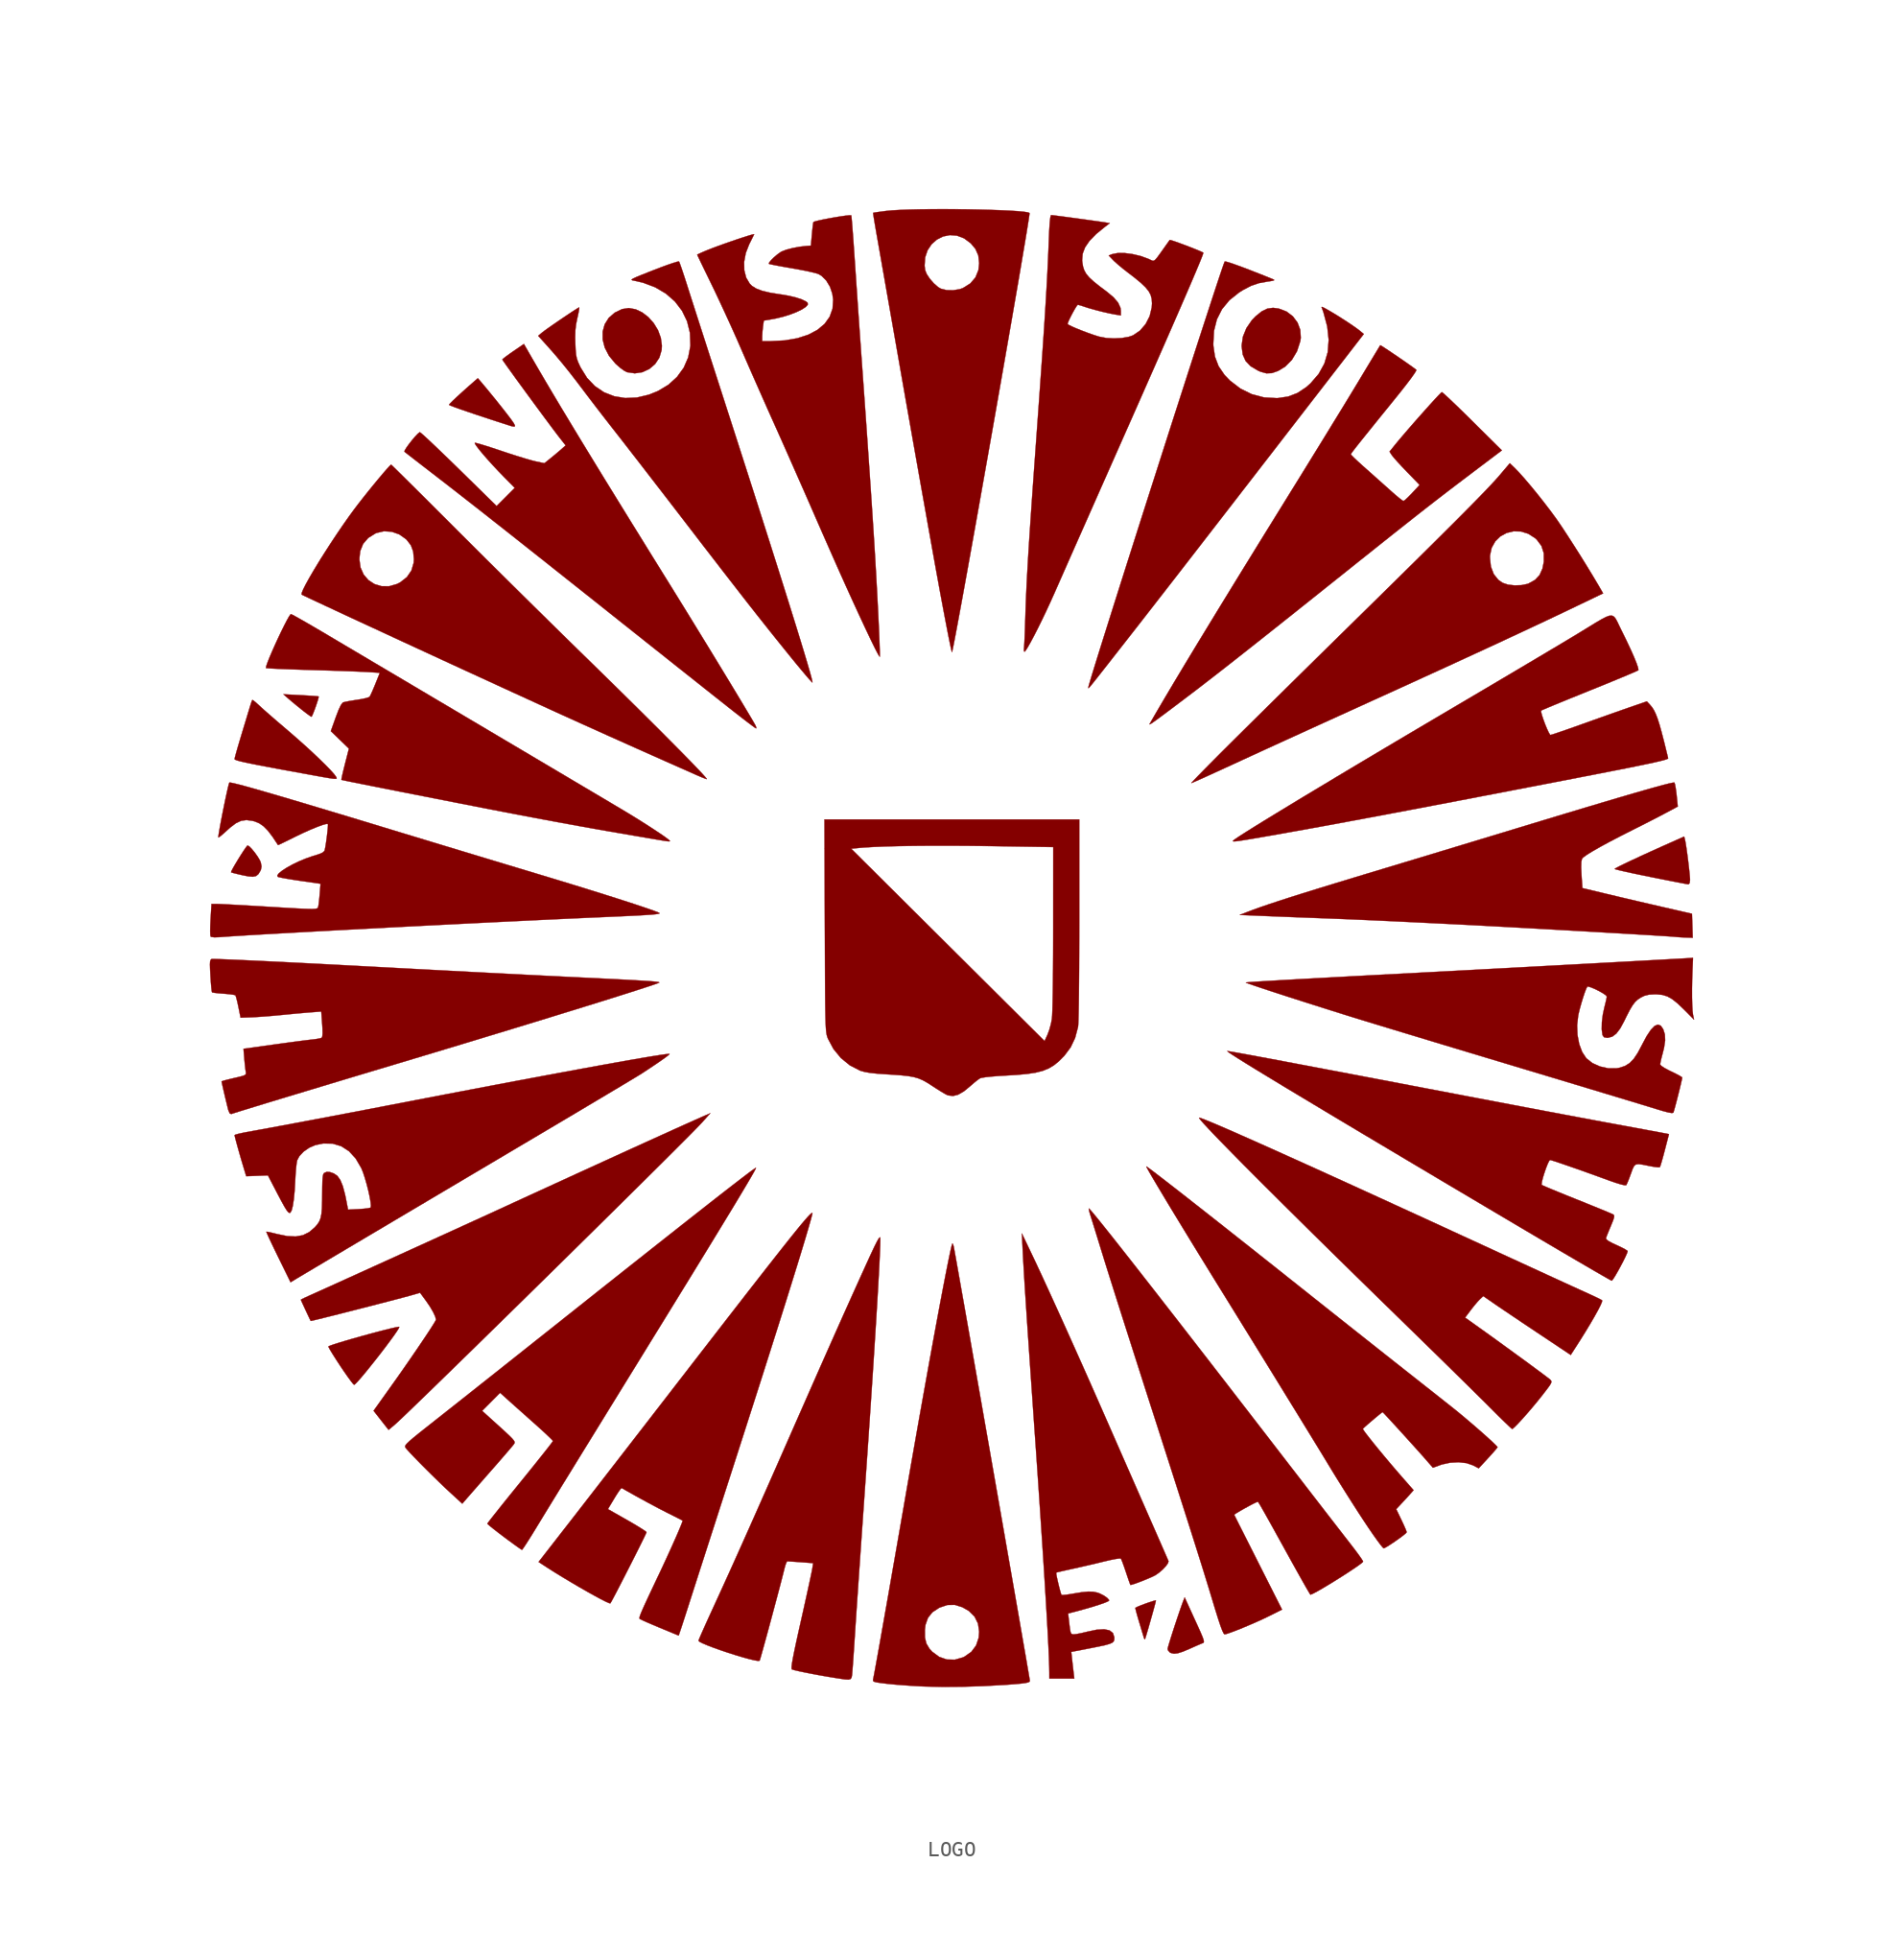
<source format=kicad_sym>
(kicad_symbol_lib
  (version 20210619)
  (generator bitmap2component)
  (symbol "LOGO"
    (pin_names
      (offset 1.016))
    (property "Reference" "#G"
      (at 0 50.165 0)
      (effects (font (size 1.27 1.27)) hide))
    (symbol "LOGO_0_0"
      (polyline (pts (xy 1.724 -47.863) (xy 3.057 -47.821) (xy 4.403 -47.746) (xy 4.542 -47.737) (xy 5.099 -47.696) (xy 5.51 -47.658) (xy 5.796 -47.621) (xy 5.976 -47.582) (xy 6.069 -47.537) (xy 6.096 -47.484) (xy 6.094 -47.471) (xy 6.071 -47.324) (xy 6.02 -47.024) (xy 5.944 -46.582) (xy 5.846 -46.008) (xy 5.725 -45.314) (xy 5.585 -44.508) (xy 5.428 -43.602) (xy 5.254 -42.607) (xy 5.067 -41.533) (xy 4.867 -40.39) (xy 4.657 -39.189) (xy 4.439 -37.94) (xy 4.214 -36.655) (xy 3.984 -35.343) (xy 3.751 -34.015) (xy 3.518 -32.682) (xy 3.284 -31.353) (xy 3.054 -30.041) (xy 2.828 -28.755) (xy 2.608 -27.505) (xy 2.396 -26.302) (xy 2.195 -25.158) (xy 2.005 -24.081) (xy 1.829 -23.084) (xy 1.668 -22.176) (xy 1.525 -21.367) (xy 1.401 -20.669) (xy 1.298 -20.092) (xy 1.218 -19.647) (xy 1.163 -19.343) (xy 1.134 -19.192) (xy 1.089 -19.034) (xy 1.05 -18.988) (xy 1.045 -18.995) (xy 1.001 -19.133) (xy 0.931 -19.427) (xy 0.836 -19.87) (xy 0.717 -20.453) (xy 0.576 -21.169) (xy 0.414 -22.008) (xy 0.233 -22.963) (xy 0.035 -24.025) (xy -0.179 -25.187) (xy -0.408 -26.439) (xy -0.649 -27.773) (xy -0.902 -29.181) (xy -1.165 -30.656) (xy -1.435 -32.188) (xy -1.713 -33.769) (xy -1.996 -35.391) (xy -2.136 -36.199) (xy -2.411 -37.778) (xy -2.67 -39.261) (xy -2.912 -40.642) (xy -3.134 -41.913) (xy -3.338 -43.068) (xy -3.521 -44.101) (xy -3.53 -44.155) (xy -0.747 -44.155) (xy -0.706 -43.833) (xy -0.544 -43.373) (xy -0.253 -43.01) (xy 0.18 -42.725) (xy 0.223 -42.704) (xy 0.722 -42.536) (xy 1.202 -42.528) (xy 1.693 -42.679) (xy 2.12 -42.926) (xy 2.493 -43.297) (xy 2.718 -43.75) (xy 2.794 -44.28) (xy 2.761 -44.67) (xy 2.592 -45.175) (xy 2.283 -45.588) (xy 1.836 -45.902) (xy 1.736 -45.95) (xy 1.207 -46.102) (xy 0.683 -46.089) (xy 0.186 -45.915) (xy -0.264 -45.583) (xy -0.444 -45.387) (xy -0.647 -45.048) (xy -0.743 -44.653) (xy -0.747 -44.155) (xy -3.53 -44.155) (xy -3.681 -45.006) (xy -3.819 -45.776) (xy -3.933 -46.405) (xy -4.021 -46.886) (xy -4.083 -47.213) (xy -4.118 -47.379) (xy -4.124 -47.411) (xy -4.119 -47.481) (xy -4.057 -47.532) (xy -3.91 -47.574) (xy -3.65 -47.615) (xy -3.25 -47.664) (xy -3.139 -47.677) (xy -2.676 -47.722) (xy -2.122 -47.766) (xy -1.536 -47.806) (xy -0.98 -47.837) (xy -0.715 -47.848) (xy 0.451 -47.873) (xy 1.724 -47.863)) (stroke (width 0.01)) (fill (type outline)))
      (polyline (pts (xy -5.589 -47.36) (xy -5.521 -47.263) (xy -5.491 -47.094) (xy -5.469 -46.842) (xy -5.46 -46.732) (xy -5.435 -46.407) (xy -5.403 -45.963) (xy -5.367 -45.432) (xy -5.328 -44.846) (xy -5.288 -44.238) (xy -5.265 -43.875) (xy -5.228 -43.321) (xy -5.182 -42.633) (xy -5.127 -41.83) (xy -5.066 -40.931) (xy -4.998 -39.954) (xy -4.927 -38.918) (xy -4.852 -37.843) (xy -4.775 -36.745) (xy -4.698 -35.645) (xy -4.66 -35.094) (xy -4.533 -33.266) (xy -4.412 -31.513) (xy -4.299 -29.842) (xy -4.194 -28.26) (xy -4.096 -26.772) (xy -4.008 -25.387) (xy -3.928 -24.11) (xy -3.857 -22.949) (xy -3.796 -21.91) (xy -3.745 -20.999) (xy -3.704 -20.224) (xy -3.675 -19.591) (xy -3.656 -19.106) (xy -3.65 -18.777) (xy -3.655 -18.611) (xy -3.672 -18.581) (xy -3.739 -18.641) (xy -3.858 -18.842) (xy -4.032 -19.187) (xy -4.266 -19.685) (xy -4.569 -20.348) (xy -5.012 -21.323) (xy -5.478 -22.355) (xy -5.973 -23.457) (xy -6.503 -24.644) (xy -7.075 -25.93) (xy -7.694 -27.329) (xy -8.367 -28.855) (xy -9.101 -30.522) (xy -9.302 -30.978) (xy -9.992 -32.546) (xy -10.621 -33.975) (xy -11.197 -35.277) (xy -11.724 -36.466) (xy -12.207 -37.555) (xy -12.654 -38.555) (xy -13.069 -39.48) (xy -13.457 -40.342) (xy -13.826 -41.155) (xy -14.18 -41.93) (xy -14.525 -42.682) (xy -14.54 -42.714) (xy -14.793 -43.267) (xy -15.021 -43.77) (xy -15.214 -44.202) (xy -15.364 -44.542) (xy -15.46 -44.77) (xy -15.494 -44.865) (xy -15.433 -44.928) (xy -15.233 -45.032) (xy -14.921 -45.165) (xy -14.524 -45.317) (xy -14.069 -45.479) (xy -13.582 -45.643) (xy -13.09 -45.8) (xy -12.622 -45.94) (xy -12.203 -46.056) (xy -11.86 -46.138) (xy -11.621 -46.177) (xy -11.513 -46.165) (xy -11.512 -46.163) (xy -11.476 -46.055) (xy -11.404 -45.807) (xy -11.301 -45.442) (xy -11.174 -44.982) (xy -11.027 -44.448) (xy -10.868 -43.862) (xy -10.702 -43.246) (xy -10.535 -42.621) (xy -10.372 -42.011) (xy -10.22 -41.437) (xy -10.085 -40.92) (xy -9.973 -40.483) (xy -9.889 -40.147) (xy -9.839 -39.964) (xy -9.768 -39.77) (xy -9.715 -39.692) (xy -9.671 -39.693) (xy -9.485 -39.704) (xy -9.194 -39.724) (xy -8.838 -39.749) (xy -8.024 -39.81) (xy -8.077 -40.162) (xy -8.077 -40.162) (xy -8.107 -40.324) (xy -8.171 -40.63) (xy -8.263 -41.059) (xy -8.379 -41.59) (xy -8.514 -42.203) (xy -8.663 -42.876) (xy -8.823 -43.588) (xy -8.972 -44.252) (xy -9.13 -44.968) (xy -9.252 -45.543) (xy -9.34 -45.988) (xy -9.398 -46.316) (xy -9.427 -46.541) (xy -9.43 -46.674) (xy -9.41 -46.729) (xy -9.393 -46.737) (xy -9.231 -46.785) (xy -8.94 -46.853) (xy -8.548 -46.935) (xy -8.087 -47.026) (xy -7.586 -47.119) (xy -7.075 -47.208) (xy -6.585 -47.288) (xy -6.299 -47.333) (xy -5.949 -47.384) (xy -5.722 -47.397) (xy -5.589 -47.36)) (stroke (width 0.01)) (fill (type outline)))
      (polyline (pts (xy 8.942 -46.926) (xy 8.926 -46.788) (xy 8.883 -46.418) (xy 8.843 -46.059) (xy 8.792 -45.593) (xy 9.963 -45.366) (xy 10.085 -45.343) (xy 10.616 -45.237) (xy 11.006 -45.151) (xy 11.277 -45.075) (xy 11.45 -45.002) (xy 11.547 -44.921) (xy 11.59 -44.826) (xy 11.599 -44.706) (xy 11.597 -44.636) (xy 11.505 -44.362) (xy 11.283 -44.19) (xy 10.93 -44.12) (xy 10.443 -44.15) (xy 9.821 -44.281) (xy 9.782 -44.291) (xy 9.446 -44.37) (xy 9.154 -44.427) (xy 8.966 -44.449) (xy 8.879 -44.445) (xy 8.799 -44.41) (xy 8.747 -44.309) (xy 8.708 -44.107) (xy 8.666 -43.771) (xy 8.587 -43.092) (xy 8.929 -43.003) (xy 9.027 -42.978) (xy 9.625 -42.815) (xy 10.16 -42.66) (xy 10.611 -42.519) (xy 10.959 -42.398) (xy 11.182 -42.305) (xy 11.261 -42.245) (xy 11.249 -42.204) (xy 11.128 -42.071) (xy 10.912 -41.92) (xy 10.646 -41.786) (xy 10.504 -41.734) (xy 10.228 -41.675) (xy 9.902 -41.665) (xy 9.488 -41.704) (xy 8.949 -41.792) (xy 8.79 -41.82) (xy 8.48 -41.867) (xy 8.255 -41.888) (xy 8.156 -41.882) (xy 8.156 -41.881) (xy 8.117 -41.783) (xy 8.056 -41.571) (xy 7.984 -41.292) (xy 7.913 -40.992) (xy 7.852 -40.717) (xy 7.814 -40.514) (xy 7.809 -40.428) (xy 7.811 -40.426) (xy 7.919 -40.398) (xy 8.156 -40.342) (xy 8.491 -40.266) (xy 8.89 -40.178) (xy 9.247 -40.099) (xy 9.838 -39.964) (xy 10.436 -39.824) (xy 10.956 -39.697) (xy 10.976 -39.692) (xy 11.365 -39.602) (xy 11.692 -39.538) (xy 11.923 -39.507) (xy 12.025 -39.514) (xy 12.055 -39.57) (xy 12.133 -39.763) (xy 12.238 -40.055) (xy 12.358 -40.407) (xy 12.442 -40.659) (xy 12.543 -40.955) (xy 12.617 -41.158) (xy 12.65 -41.233) (xy 12.693 -41.226) (xy 12.881 -41.17) (xy 13.159 -41.072) (xy 13.482 -40.948) (xy 13.804 -40.816) (xy 14.081 -40.695) (xy 14.267 -40.602) (xy 14.507 -40.437) (xy 14.755 -40.222) (xy 14.963 -40) (xy 15.099 -39.807) (xy 15.129 -39.678) (xy 15.09 -39.589) (xy 14.991 -39.361) (xy 14.839 -39.014) (xy 14.643 -38.565) (xy 14.409 -38.032) (xy 14.146 -37.433) (xy 13.863 -36.788) (xy 13.734 -36.494) (xy 13.405 -35.745) (xy 13.029 -34.889) (xy 12.621 -33.96) (xy 12.196 -32.992) (xy 11.768 -32.017) (xy 11.353 -31.071) (xy 10.964 -30.186) (xy 10.585 -29.322) (xy 10.014 -28.03) (xy 9.444 -26.749) (xy 8.884 -25.497) (xy 8.342 -24.291) (xy 7.825 -23.151) (xy 7.343 -22.093) (xy 6.903 -21.137) (xy 6.513 -20.3) (xy 6.182 -19.6) (xy 5.575 -18.33) (xy 5.627 -19.389) (xy 5.646 -19.769) (xy 5.675 -20.293) (xy 5.71 -20.886) (xy 5.75 -21.558) (xy 5.799 -22.32) (xy 5.855 -23.181) (xy 5.919 -24.151) (xy 5.993 -25.241) (xy 6.076 -26.459) (xy 6.17 -27.816) (xy 6.275 -29.323) (xy 6.391 -30.988) (xy 6.491 -32.411) (xy 6.624 -34.344) (xy 6.747 -36.161) (xy 6.86 -37.858) (xy 6.963 -39.431) (xy 7.054 -40.873) (xy 7.134 -42.181) (xy 7.203 -43.349) (xy 7.261 -44.373) (xy 7.306 -45.248) (xy 7.338 -45.968) (xy 7.358 -46.529) (xy 7.365 -46.926) (xy 7.366 -47.329) (xy 8.991 -47.329) (xy 8.942 -46.926)) (stroke (width 0.01)) (fill (type outline)))
      (polyline (pts (xy 15.734 -45.681) (xy 16.061 -45.578) (xy 16.502 -45.392) (xy 16.67 -45.317) (xy 16.987 -45.177) (xy 17.236 -45.07) (xy 17.374 -45.015) (xy 17.412 -44.993) (xy 17.434 -44.928) (xy 17.412 -44.804) (xy 17.337 -44.596) (xy 17.204 -44.283) (xy 17.004 -43.84) (xy 16.946 -43.713) (xy 16.75 -43.284) (xy 16.571 -42.893) (xy 16.427 -42.578) (xy 16.335 -42.378) (xy 16.181 -42.041) (xy 16.083 -42.293) (xy 16.075 -42.314) (xy 15.973 -42.592) (xy 15.845 -42.958) (xy 15.701 -43.383) (xy 15.551 -43.834) (xy 15.405 -44.28) (xy 15.275 -44.691) (xy 15.169 -45.035) (xy 15.098 -45.281) (xy 15.072 -45.398) (xy 15.096 -45.492) (xy 15.219 -45.629) (xy 15.291 -45.665) (xy 15.487 -45.709) (xy 15.734 -45.681)) (stroke (width 0.01)) (fill (type outline)))
      (polyline (pts (xy 13.598 -44.76) (xy 13.642 -44.628) (xy 13.718 -44.378) (xy 13.816 -44.045) (xy 13.925 -43.664) (xy 14.037 -43.268) (xy 14.141 -42.894) (xy 14.228 -42.575) (xy 14.287 -42.346) (xy 14.309 -42.243) (xy 14.266 -42.243) (xy 14.104 -42.286) (xy 13.862 -42.365) (xy 13.583 -42.464) (xy 13.313 -42.566) (xy 13.093 -42.657) (xy 12.969 -42.721) (xy 12.975 -42.779) (xy 13.022 -42.969) (xy 13.102 -43.26) (xy 13.207 -43.616) (xy 13.293 -43.899) (xy 13.396 -44.242) (xy 13.476 -44.505) (xy 13.518 -44.647) (xy 13.548 -44.73) (xy 13.592 -44.772) (xy 13.598 -44.76)) (stroke (width 0.01)) (fill (type outline)))
      (polyline (pts (xy -16.783 -44.515) (xy -16.734 -44.379) (xy -16.645 -44.114) (xy -16.523 -43.743) (xy -16.376 -43.29) (xy -16.211 -42.778) (xy -16.188 -42.706) (xy -16.061 -42.309) (xy -15.888 -41.771) (xy -15.675 -41.109) (xy -15.428 -40.339) (xy -15.15 -39.478) (xy -14.849 -38.541) (xy -14.528 -37.547) (xy -14.194 -36.509) (xy -13.851 -35.447) (xy -13.505 -34.375) (xy -13.227 -33.512) (xy -12.556 -31.427) (xy -11.928 -29.469) (xy -11.342 -27.639) (xy -10.802 -25.941) (xy -10.306 -24.377) (xy -9.856 -22.951) (xy -9.454 -21.665) (xy -9.099 -20.523) (xy -8.793 -19.526) (xy -8.537 -18.679) (xy -8.332 -17.983) (xy -8.178 -17.443) (xy -8.077 -17.06) (xy -8.071 -17.015) (xy -8.091 -16.995) (xy -8.145 -17.024) (xy -8.238 -17.107) (xy -8.374 -17.25) (xy -8.557 -17.458) (xy -8.793 -17.736) (xy -9.084 -18.09) (xy -9.435 -18.525) (xy -9.851 -19.047) (xy -10.336 -19.66) (xy -10.894 -20.37) (xy -11.53 -21.182) (xy -12.247 -22.102) (xy -13.05 -23.135) (xy -13.943 -24.287) (xy -14.93 -25.562) (xy -16.017 -26.966) (xy -16.275 -27.3) (xy -17.112 -28.382) (xy -17.945 -29.459) (xy -18.765 -30.52) (xy -19.564 -31.551) (xy -20.331 -32.542) (xy -21.059 -33.482) (xy -21.737 -34.358) (xy -22.358 -35.158) (xy -22.91 -35.871) (xy -23.387 -36.486) (xy -23.778 -36.989) (xy -24.075 -37.371) (xy -25.913 -39.732) (xy -25.635 -39.917) (xy -25.287 -40.144) (xy -24.813 -40.443) (xy -24.3 -40.757) (xy -23.768 -41.075) (xy -23.239 -41.386) (xy -22.732 -41.676) (xy -22.267 -41.936) (xy -21.865 -42.153) (xy -21.546 -42.315) (xy -21.33 -42.412) (xy -21.239 -42.431) (xy -21.233 -42.423) (xy -21.162 -42.302) (xy -21.031 -42.059) (xy -20.85 -41.715) (xy -20.632 -41.295) (xy -20.388 -40.821) (xy -20.129 -40.314) (xy -19.867 -39.799) (xy -19.614 -39.298) (xy -19.381 -38.834) (xy -19.18 -38.428) (xy -19.021 -38.105) (xy -18.918 -37.887) (xy -18.881 -37.797) (xy -18.925 -37.751) (xy -19.095 -37.632) (xy -19.37 -37.458) (xy -19.726 -37.244) (xy -20.138 -37.005) (xy -21.395 -36.291) (xy -20.974 -35.588) (xy -20.859 -35.399) (xy -20.69 -35.141) (xy -20.564 -34.97) (xy -20.501 -34.916) (xy -20.256 -35.057) (xy -19.529 -35.466) (xy -18.799 -35.866) (xy -18.115 -36.231) (xy -17.526 -36.533) (xy -17.467 -36.562) (xy -17.108 -36.742) (xy -16.812 -36.892) (xy -16.609 -36.996) (xy -16.529 -37.039) (xy -16.53 -37.062) (xy -16.581 -37.212) (xy -16.692 -37.487) (xy -16.853 -37.867) (xy -17.057 -38.331) (xy -17.294 -38.86) (xy -17.556 -39.434) (xy -17.834 -40.034) (xy -18.119 -40.64) (xy -18.122 -40.646) (xy -18.465 -41.369) (xy -18.741 -41.955) (xy -18.956 -42.417) (xy -19.116 -42.772) (xy -19.229 -43.033) (xy -19.3 -43.216) (xy -19.336 -43.335) (xy -19.343 -43.405) (xy -19.328 -43.441) (xy -19.29 -43.464) (xy -19.116 -43.547) (xy -18.829 -43.675) (xy -18.459 -43.834) (xy -18.034 -44.013) (xy -17.778 -44.119) (xy -17.39 -44.279) (xy -17.078 -44.409) (xy -16.869 -44.495) (xy -16.789 -44.528) (xy -16.783 -44.515)) (stroke (width 0.01)) (fill (type outline)))
      (polyline (pts (xy 18.918 -44.42) (xy 19.181 -44.331) (xy 19.54 -44.196) (xy 19.963 -44.026) (xy 20.421 -43.834) (xy 20.883 -43.633) (xy 21.318 -43.435) (xy 21.698 -43.252) (xy 22.526 -42.837) (xy 20.978 -39.772) (xy 20.846 -39.509) (xy 20.518 -38.86) (xy 20.217 -38.264) (xy 19.952 -37.738) (xy 19.73 -37.299) (xy 19.561 -36.962) (xy 19.451 -36.745) (xy 19.41 -36.661) (xy 19.435 -36.634) (xy 19.575 -36.542) (xy 19.802 -36.407) (xy 20.08 -36.249) (xy 20.37 -36.09) (xy 20.635 -35.95) (xy 20.837 -35.852) (xy 20.939 -35.814) (xy 20.946 -35.816) (xy 20.968 -35.834) (xy 21.005 -35.884) (xy 21.063 -35.976) (xy 21.15 -36.121) (xy 21.271 -36.333) (xy 21.435 -36.622) (xy 21.647 -37.001) (xy 21.914 -37.481) (xy 22.242 -38.074) (xy 22.639 -38.791) (xy 23.111 -39.645) (xy 23.201 -39.807) (xy 23.502 -40.349) (xy 23.775 -40.836) (xy 24.009 -41.249) (xy 24.194 -41.57) (xy 24.319 -41.78) (xy 24.373 -41.861) (xy 24.4 -41.859) (xy 24.552 -41.794) (xy 24.808 -41.658) (xy 25.145 -41.465) (xy 25.538 -41.23) (xy 25.963 -40.97) (xy 26.395 -40.699) (xy 26.81 -40.432) (xy 27.183 -40.185) (xy 27.49 -39.973) (xy 27.707 -39.812) (xy 27.808 -39.716) (xy 27.792 -39.671) (xy 27.69 -39.509) (xy 27.511 -39.255) (xy 27.27 -38.931) (xy 26.986 -38.562) (xy 26.843 -38.378) (xy 26.575 -38.033) (xy 26.222 -37.578) (xy 25.796 -37.027) (xy 25.306 -36.394) (xy 24.764 -35.692) (xy 24.179 -34.935) (xy 23.563 -34.136) (xy 22.925 -33.31) (xy 22.277 -32.47) (xy 21.677 -31.691) (xy 20.354 -29.978) (xy 19.099 -28.354) (xy 17.915 -26.823) (xy 16.802 -25.387) (xy 15.764 -24.05) (xy 14.802 -22.814) (xy 13.92 -21.683) (xy 13.12 -20.66) (xy 12.404 -19.747) (xy 11.774 -18.948) (xy 11.232 -18.265) (xy 10.782 -17.702) (xy 10.425 -17.261) (xy 10.164 -16.946) (xy 10 -16.759) (xy 9.938 -16.704) (xy 9.934 -16.732) (xy 9.962 -16.882) (xy 10.027 -17.109) (xy 10.034 -17.13) (xy 10.098 -17.333) (xy 10.203 -17.669) (xy 10.341 -18.113) (xy 10.505 -18.642) (xy 10.686 -19.23) (xy 10.879 -19.854) (xy 10.939 -20.048) (xy 11.101 -20.569) (xy 11.308 -21.226) (xy 11.553 -22.001) (xy 11.831 -22.877) (xy 12.137 -23.838) (xy 12.465 -24.865) (xy 12.809 -25.942) (xy 13.164 -27.05) (xy 13.524 -28.174) (xy 13.884 -29.295) (xy 14.391 -30.869) (xy 14.858 -32.324) (xy 15.281 -33.638) (xy 15.661 -34.825) (xy 16.003 -35.894) (xy 16.311 -36.857) (xy 16.587 -37.725) (xy 16.836 -38.509) (xy 17.06 -39.22) (xy 17.264 -39.868) (xy 17.45 -40.466) (xy 17.622 -41.024) (xy 17.785 -41.552) (xy 17.94 -42.063) (xy 18.092 -42.566) (xy 18.169 -42.818) (xy 18.36 -43.43) (xy 18.513 -43.89) (xy 18.633 -44.207) (xy 18.722 -44.391) (xy 18.783 -44.45) (xy 18.918 -44.42)) (stroke (width 0.01)) (fill (type outline)))
      (polyline (pts (xy -26.987 -38.94) (xy -26.906 -38.834) (xy -26.756 -38.609) (xy -26.55 -38.289) (xy -26.302 -37.893) (xy -26.027 -37.444) (xy -26.006 -37.408) (xy -25.873 -37.191) (xy -25.739 -36.97) (xy -25.597 -36.737) (xy -25.443 -36.485) (xy -25.273 -36.207) (xy -25.082 -35.896) (xy -24.866 -35.543) (xy -24.619 -35.142) (xy -24.339 -34.685) (xy -24.019 -34.166) (xy -23.656 -33.575) (xy -23.245 -32.907) (xy -22.781 -32.154) (xy -22.26 -31.308) (xy -21.677 -30.362) (xy -21.029 -29.309) (xy -20.309 -28.141) (xy -19.514 -26.851) (xy -18.64 -25.432) (xy -17.681 -23.876) (xy -16.842 -22.513) (xy -15.935 -21.038) (xy -15.118 -19.705) (xy -14.39 -18.514) (xy -13.751 -17.465) (xy -13.2 -16.558) (xy -12.739 -15.791) (xy -12.365 -15.165) (xy -12.08 -14.679) (xy -11.882 -14.332) (xy -11.772 -14.125) (xy -11.749 -14.056) (xy -11.752 -14.056) (xy -11.84 -14.109) (xy -12.037 -14.248) (xy -12.342 -14.476) (xy -12.759 -14.794) (xy -13.29 -15.202) (xy -13.934 -15.703) (xy -14.696 -16.298) (xy -15.576 -16.988) (xy -16.575 -17.774) (xy -17.696 -18.659) (xy -18.941 -19.642) (xy -20.311 -20.726) (xy -21.808 -21.912) (xy -23.433 -23.202) (xy -25.188 -24.596) (xy -26.046 -25.276) (xy -26.948 -25.992) (xy -27.843 -26.703) (xy -28.717 -27.396) (xy -29.553 -28.058) (xy -30.335 -28.678) (xy -31.047 -29.242) (xy -31.675 -29.738) (xy -32.201 -30.154) (xy -32.611 -30.477) (xy -32.756 -30.592) (xy -33.309 -31.029) (xy -33.745 -31.376) (xy -34.075 -31.645) (xy -34.314 -31.849) (xy -34.473 -31.998) (xy -34.567 -32.106) (xy -34.607 -32.184) (xy -34.607 -32.243) (xy -34.579 -32.296) (xy -34.489 -32.406) (xy -34.285 -32.63) (xy -33.997 -32.932) (xy -33.647 -33.291) (xy -33.255 -33.685) (xy -32.844 -34.093) (xy -32.434 -34.493) (xy -32.047 -34.864) (xy -31.704 -35.185) (xy -30.884 -35.938) (xy -30.618 -35.63) (xy -30.554 -35.555) (xy -30.366 -35.34) (xy -30.098 -35.033) (xy -29.768 -34.657) (xy -29.396 -34.232) (xy -29.002 -33.783) (xy -28.749 -33.495) (xy -28.384 -33.076) (xy -28.062 -32.704) (xy -27.8 -32.399) (xy -27.616 -32.18) (xy -27.527 -32.069) (xy -27.503 -32.033) (xy -27.474 -31.973) (xy -27.478 -31.906) (xy -27.526 -31.817) (xy -27.633 -31.69) (xy -27.812 -31.51) (xy -28.076 -31.262) (xy -28.438 -30.931) (xy -28.913 -30.502) (xy -29.59 -29.89) (xy -29.005 -29.302) (xy -28.421 -28.713) (xy -27.948 -29.14) (xy -27.748 -29.32) (xy -27.44 -29.595) (xy -27.064 -29.931) (xy -26.649 -30.3) (xy -26.226 -30.676) (xy -26.168 -30.727) (xy -25.791 -31.066) (xy -25.463 -31.367) (xy -25.206 -31.611) (xy -25.037 -31.779) (xy -24.977 -31.854) (xy -24.983 -31.867) (xy -25.068 -31.987) (xy -25.245 -32.219) (xy -25.503 -32.548) (xy -25.831 -32.96) (xy -26.216 -33.442) (xy -26.648 -33.977) (xy -27.114 -34.553) (xy -27.276 -34.752) (xy -27.733 -35.316) (xy -28.15 -35.833) (xy -28.516 -36.291) (xy -28.821 -36.675) (xy -29.053 -36.97) (xy -29.201 -37.163) (xy -29.252 -37.239) (xy -29.223 -37.274) (xy -29.08 -37.398) (xy -28.839 -37.593) (xy -28.522 -37.84) (xy -28.152 -38.12) (xy -27.899 -38.309) (xy -27.554 -38.561) (xy -27.273 -38.763) (xy -27.078 -38.897) (xy -26.995 -38.946) (xy -26.987 -38.94)) (stroke (width 0.01)) (fill (type outline)))
      (polyline (pts (xy 29.191 -38.832) (xy 29.361 -38.739) (xy 29.604 -38.586) (xy 29.883 -38.398) (xy 30.163 -38.2) (xy 30.408 -38.018) (xy 30.581 -37.876) (xy 30.647 -37.799) (xy 30.639 -37.76) (xy 30.573 -37.587) (xy 30.457 -37.322) (xy 30.307 -37.002) (xy 29.965 -36.294) (xy 30.286 -35.95) (xy 30.418 -35.809) (xy 30.572 -35.644) (xy 30.649 -35.561) (xy 30.656 -35.554) (xy 30.748 -35.451) (xy 30.894 -35.287) (xy 31.096 -35.059) (xy 30.343 -34.2) (xy 29.963 -33.761) (xy 29.57 -33.301) (xy 29.181 -32.838) (xy 28.812 -32.392) (xy 28.478 -31.981) (xy 28.194 -31.625) (xy 27.974 -31.341) (xy 27.835 -31.148) (xy 27.791 -31.065) (xy 27.807 -31.044) (xy 27.923 -30.935) (xy 28.118 -30.762) (xy 28.357 -30.556) (xy 28.608 -30.344) (xy 28.834 -30.157) (xy 29.003 -30.023) (xy 29.078 -29.972) (xy 29.092 -29.984) (xy 29.197 -30.092) (xy 29.389 -30.297) (xy 29.649 -30.58) (xy 29.96 -30.919) (xy 30.304 -31.296) (xy 30.661 -31.689) (xy 31.014 -32.08) (xy 31.344 -32.447) (xy 31.634 -32.771) (xy 31.864 -33.032) (xy 32.357 -33.595) (xy 32.837 -33.42) (xy 32.944 -33.383) (xy 33.478 -33.267) (xy 34.029 -33.237) (xy 34.542 -33.294) (xy 34.963 -33.437) (xy 35.34 -33.633) (xy 35.954 -32.967) (xy 36.156 -32.746) (xy 36.369 -32.505) (xy 36.513 -32.334) (xy 36.566 -32.258) (xy 36.558 -32.242) (xy 36.455 -32.127) (xy 36.249 -31.927) (xy 35.959 -31.66) (xy 35.606 -31.345) (xy 35.211 -30.998) (xy 34.792 -30.638) (xy 34.372 -30.282) (xy 33.969 -29.949) (xy 33.604 -29.655) (xy 33.341 -29.447) (xy 32.911 -29.107) (xy 32.392 -28.697) (xy 31.808 -28.237) (xy 31.186 -27.746) (xy 30.548 -27.243) (xy 29.921 -26.748) (xy 29.902 -26.734) (xy 29.373 -26.315) (xy 28.731 -25.808) (xy 27.999 -25.229) (xy 27.195 -24.592) (xy 26.34 -23.915) (xy 25.455 -23.213) (xy 24.559 -22.502) (xy 23.673 -21.798) (xy 22.817 -21.118) (xy 22.466 -20.839) (xy 21.355 -19.958) (xy 20.291 -19.115) (xy 19.28 -18.316) (xy 18.33 -17.566) (xy 17.447 -16.871) (xy 16.639 -16.237) (xy 15.914 -15.669) (xy 15.277 -15.173) (xy 14.737 -14.755) (xy 14.301 -14.42) (xy 13.976 -14.174) (xy 13.768 -14.022) (xy 13.686 -13.97) (xy 13.684 -13.973) (xy 13.728 -14.069) (xy 13.855 -14.298) (xy 14.057 -14.649) (xy 14.33 -15.112) (xy 14.668 -15.677) (xy 15.063 -16.335) (xy 15.512 -17.076) (xy 16.007 -17.89) (xy 16.542 -18.766) (xy 17.112 -19.696) (xy 17.711 -20.669) (xy 18.332 -21.675) (xy 18.71 -22.286) (xy 19.668 -23.835) (xy 20.581 -25.314) (xy 21.445 -26.713) (xy 22.253 -28.025) (xy 23.002 -29.242) (xy 23.686 -30.355) (xy 24.301 -31.357) (xy 24.841 -32.239) (xy 25.301 -32.994) (xy 25.677 -33.613) (xy 25.734 -33.708) (xy 26.137 -34.364) (xy 26.591 -35.09) (xy 27.062 -35.833) (xy 27.515 -36.539) (xy 27.916 -37.152) (xy 28.149 -37.501) (xy 28.451 -37.941) (xy 28.716 -38.314) (xy 28.931 -38.602) (xy 29.081 -38.785) (xy 29.153 -38.846) (xy 29.191 -38.832)) (stroke (width 0.01)) (fill (type outline)))
      (polyline (pts (xy -35.306 -30.811) (xy -35.27 -30.78) (xy -35.081 -30.607) (xy -34.783 -30.326) (xy -34.383 -29.944) (xy -33.89 -29.47) (xy -33.312 -28.911) (xy -32.658 -28.276) (xy -31.935 -27.572) (xy -31.152 -26.808) (xy -30.316 -25.993) (xy -29.437 -25.132) (xy -28.522 -24.236) (xy -27.579 -23.312) (xy -26.616 -22.367) (xy -25.643 -21.411) (xy -24.666 -20.451) (xy -23.695 -19.494) (xy -22.737 -18.55) (xy -21.8 -17.626) (xy -20.893 -16.73) (xy -20.024 -15.871) (xy -19.201 -15.056) (xy -18.432 -14.293) (xy -17.726 -13.591) (xy -17.09 -12.958) (xy -16.533 -12.4) (xy -16.063 -11.928) (xy -15.688 -11.548) (xy -15.417 -11.268) (xy -15.257 -11.098) (xy -14.723 -10.501) (xy -15.088 -10.659) (xy -15.267 -10.738) (xy -15.719 -10.939) (xy -16.309 -11.203) (xy -17.027 -11.527) (xy -17.863 -11.905) (xy -18.807 -12.333) (xy -19.847 -12.806) (xy -20.975 -13.32) (xy -22.18 -13.87) (xy -23.451 -14.451) (xy -24.779 -15.059) (xy -26.152 -15.689) (xy -27.562 -16.336) (xy -28.998 -16.996) (xy -29.081 -17.034) (xy -29.525 -17.237) (xy -30.085 -17.493) (xy -30.743 -17.793) (xy -31.483 -18.131) (xy -32.288 -18.497) (xy -33.14 -18.886) (xy -34.024 -19.288) (xy -34.922 -19.696) (xy -35.818 -20.104) (xy -36.695 -20.502) (xy -37.535 -20.883) (xy -38.322 -21.24) (xy -39.039 -21.566) (xy -39.67 -21.851) (xy -40.197 -22.089) (xy -40.603 -22.273) (xy -40.873 -22.393) (xy -40.883 -22.398) (xy -41.145 -22.518) (xy -41.331 -22.608) (xy -41.402 -22.651) (xy -41.402 -22.653) (xy -41.362 -22.747) (xy -41.272 -22.946) (xy -41.151 -23.208) (xy -41.019 -23.491) (xy -40.897 -23.751) (xy -40.803 -23.945) (xy -40.758 -24.032) (xy -40.734 -24.029) (xy -40.573 -23.994) (xy -40.28 -23.924) (xy -39.876 -23.824) (xy -39.382 -23.701) (xy -38.817 -23.559) (xy -38.204 -23.403) (xy -37.562 -23.239) (xy -36.913 -23.073) (xy -36.277 -22.908) (xy -35.676 -22.752) (xy -35.129 -22.609) (xy -34.658 -22.484) (xy -34.283 -22.383) (xy -34.026 -22.311) (xy -33.634 -22.198) (xy -33.241 -22.733) (xy -32.991 -23.099) (xy -32.785 -23.451) (xy -32.647 -23.746) (xy -32.597 -23.947) (xy -32.626 -24.015) (xy -32.741 -24.211) (xy -32.934 -24.516) (xy -33.194 -24.912) (xy -33.508 -25.382) (xy -33.865 -25.909) (xy -34.255 -26.477) (xy -34.665 -27.069) (xy -35.084 -27.668) (xy -35.502 -28.256) (xy -36.664 -29.884) (xy -36.176 -30.507) (xy -35.687 -31.129) (xy -35.306 -30.811)) (stroke (width 0.01)) (fill (type outline)))
      (polyline (pts (xy 37.553 -31.056) (xy 37.691 -30.936) (xy 37.907 -30.717) (xy 38.179 -30.422) (xy 38.489 -30.073) (xy 38.816 -29.692) (xy 39.142 -29.3) (xy 39.446 -28.921) (xy 39.528 -28.816) (xy 39.786 -28.482) (xy 39.956 -28.25) (xy 40.049 -28.096) (xy 40.078 -27.995) (xy 40.056 -27.923) (xy 39.996 -27.855) (xy 39.964 -27.827) (xy 39.802 -27.702) (xy 39.53 -27.497) (xy 39.164 -27.225) (xy 38.724 -26.901) (xy 38.227 -26.536) (xy 37.691 -26.145) (xy 37.135 -25.74) (xy 36.576 -25.335) (xy 36.032 -24.942) (xy 35.521 -24.576) (xy 35.062 -24.248) (xy 34.453 -23.816) (xy 34.829 -23.317) (xy 35.047 -23.04) (xy 35.26 -22.787) (xy 35.422 -22.616) (xy 35.638 -22.414) (xy 36.34 -22.9) (xy 36.374 -22.924) (xy 36.65 -23.113) (xy 37.037 -23.375) (xy 37.51 -23.694) (xy 38.043 -24.052) (xy 38.611 -24.432) (xy 39.188 -24.818) (xy 41.335 -26.249) (xy 41.839 -25.465) (xy 41.92 -25.339) (xy 42.274 -24.773) (xy 42.597 -24.239) (xy 42.879 -23.756) (xy 43.108 -23.341) (xy 43.275 -23.014) (xy 43.37 -22.791) (xy 43.382 -22.693) (xy 43.297 -22.641) (xy 43.086 -22.534) (xy 42.783 -22.39) (xy 42.425 -22.226) (xy 42.246 -22.145) (xy 41.912 -21.993) (xy 41.448 -21.781) (xy 40.867 -21.515) (xy 40.181 -21.2) (xy 39.404 -20.843) (xy 38.548 -20.45) (xy 37.627 -20.026) (xy 36.652 -19.578) (xy 35.636 -19.11) (xy 34.593 -18.63) (xy 34.08 -18.394) (xy 32.203 -17.53) (xy 30.414 -16.71) (xy 28.719 -15.934) (xy 27.121 -15.204) (xy 25.625 -14.524) (xy 24.236 -13.893) (xy 22.956 -13.316) (xy 21.791 -12.792) (xy 20.746 -12.325) (xy 19.823 -11.916) (xy 19.029 -11.567) (xy 18.366 -11.28) (xy 17.839 -11.058) (xy 17.453 -10.901) (xy 17.211 -10.812) (xy 17.119 -10.793) (xy 17.12 -10.808) (xy 17.206 -10.929) (xy 17.407 -11.162) (xy 17.72 -11.501) (xy 18.14 -11.943) (xy 18.663 -12.483) (xy 19.284 -13.117) (xy 19.998 -13.841) (xy 20.802 -14.649) (xy 21.692 -15.537) (xy 22.662 -16.502) (xy 23.708 -17.538) (xy 24.826 -18.642) (xy 26.012 -19.809) (xy 27.261 -21.034) (xy 28.568 -22.312) (xy 29.93 -23.641) (xy 30.574 -24.27) (xy 31.359 -25.036) (xy 32.131 -25.791) (xy 32.876 -26.52) (xy 33.58 -27.211) (xy 34.231 -27.851) (xy 34.814 -28.425) (xy 35.316 -28.921) (xy 35.725 -29.326) (xy 36.025 -29.626) (xy 36.307 -29.908) (xy 36.685 -30.284) (xy 37.012 -30.604) (xy 37.272 -30.853) (xy 37.446 -31.015) (xy 37.519 -31.073) (xy 37.553 -31.056)) (stroke (width 0.01)) (fill (type outline)))
      (polyline (pts (xy -37.866 -28.15) (xy -37.709 -27.99) (xy -37.484 -27.735) (xy -37.206 -27.404) (xy -36.892 -27.017) (xy -36.557 -26.597) (xy -36.217 -26.162) (xy -35.89 -25.735) (xy -35.59 -25.334) (xy -35.334 -24.982) (xy -35.138 -24.698) (xy -35.018 -24.503) (xy -34.989 -24.418) (xy -35.035 -24.416) (xy -35.222 -24.449) (xy -35.529 -24.518) (xy -35.931 -24.618) (xy -36.402 -24.74) (xy -36.917 -24.878) (xy -37.45 -25.024) (xy -37.977 -25.173) (xy -38.47 -25.316) (xy -38.905 -25.447) (xy -39.257 -25.558) (xy -39.499 -25.643) (xy -39.608 -25.694) (xy -39.587 -25.754) (xy -39.488 -25.936) (xy -39.319 -26.213) (xy -39.096 -26.565) (xy -38.833 -26.966) (xy -38.606 -27.302) (xy -38.357 -27.658) (xy -38.151 -27.941) (xy -38.004 -28.127) (xy -37.933 -28.194) (xy -37.866 -28.15)) (stroke (width 0.01)) (fill (type outline)))
      (polyline (pts (xy -41.801 -21.349) (xy -41.679 -21.275) (xy -41.415 -21.118) (xy -41.02 -20.883) (xy -40.502 -20.575) (xy -39.869 -20.199) (xy -39.129 -19.759) (xy -38.289 -19.261) (xy -37.357 -18.708) (xy -36.341 -18.106) (xy -35.249 -17.458) (xy -34.088 -16.77) (xy -32.867 -16.046) (xy -31.592 -15.29) (xy -30.272 -14.508) (xy -28.915 -13.704) (xy -27.528 -12.882) (xy -26.119 -12.047) (xy -25.32 -11.574) (xy -24.378 -11.015) (xy -23.477 -10.48) (xy -22.631 -9.976) (xy -21.85 -9.511) (xy -21.145 -9.091) (xy -20.529 -8.723) (xy -20.012 -8.413) (xy -19.607 -8.169) (xy -19.324 -7.997) (xy -19.176 -7.905) (xy -18.783 -7.647) (xy -18.301 -7.325) (xy -17.905 -7.053) (xy -17.61 -6.842) (xy -17.429 -6.7) (xy -17.377 -6.64) (xy -17.426 -6.636) (xy -17.633 -6.657) (xy -17.995 -6.708) (xy -18.506 -6.789) (xy -19.158 -6.898) (xy -19.945 -7.035) (xy -20.862 -7.197) (xy -21.9 -7.384) (xy -23.054 -7.595) (xy -24.316 -7.828) (xy -25.681 -8.082) (xy -27.141 -8.355) (xy -28.69 -8.648) (xy -30.322 -8.958) (xy -32.029 -9.284) (xy -33.806 -9.625) (xy -35.645 -9.98) (xy -36.015 -10.052) (xy -37.115 -10.263) (xy -38.244 -10.479) (xy -39.38 -10.695) (xy -40.496 -10.906) (xy -41.569 -11.108) (xy -42.574 -11.296) (xy -43.487 -11.466) (xy -44.283 -11.612) (xy -44.937 -11.731) (xy -45.132 -11.768) (xy -45.434 -11.833) (xy -45.643 -11.889) (xy -45.72 -11.927) (xy -45.719 -11.935) (xy -45.69 -12.07) (xy -45.623 -12.329) (xy -45.528 -12.678) (xy -45.414 -13.083) (xy -45.291 -13.511) (xy -45.166 -13.928) (xy -44.961 -14.605) (xy -43.547 -14.551) (xy -42.983 -15.636) (xy -42.903 -15.79) (xy -42.656 -16.256) (xy -42.469 -16.593) (xy -42.33 -16.817) (xy -42.229 -16.945) (xy -42.153 -16.994) (xy -42.092 -16.983) (xy -42.087 -16.98) (xy -42.004 -16.836) (xy -41.928 -16.542) (xy -41.862 -16.116) (xy -41.809 -15.578) (xy -41.772 -14.944) (xy -41.77 -14.91) (xy -41.746 -14.471) (xy -41.714 -14.073) (xy -41.678 -13.76) (xy -41.644 -13.573) (xy -41.497 -13.296) (xy -41.218 -13.001) (xy -40.857 -12.749) (xy -40.46 -12.578) (xy -39.943 -12.471) (xy -39.33 -12.481) (xy -38.77 -12.65) (xy -38.268 -12.974) (xy -37.83 -13.451) (xy -37.463 -14.078) (xy -37.35 -14.355) (xy -37.23 -14.719) (xy -37.112 -15.127) (xy -37.005 -15.547) (xy -36.918 -15.944) (xy -36.859 -16.282) (xy -36.835 -16.528) (xy -36.855 -16.647) (xy -36.873 -16.657) (xy -37.026 -16.691) (xy -37.291 -16.723) (xy -37.622 -16.747) (xy -38.327 -16.784) (xy -38.473 -16.033) (xy -38.521 -15.803) (xy -38.666 -15.254) (xy -38.831 -14.853) (xy -39.024 -14.582) (xy -39.252 -14.426) (xy -39.514 -14.334) (xy -39.709 -14.321) (xy -39.878 -14.392) (xy -39.901 -14.411) (xy -39.945 -14.495) (xy -39.975 -14.653) (xy -39.995 -14.909) (xy -40.006 -15.286) (xy -40.011 -15.808) (xy -40.014 -16.213) (xy -40.028 -16.696) (xy -40.06 -17.06) (xy -40.116 -17.336) (xy -40.203 -17.553) (xy -40.327 -17.743) (xy -40.497 -17.936) (xy -40.859 -18.246) (xy -41.27 -18.449) (xy -41.742 -18.534) (xy -42.298 -18.506) (xy -42.963 -18.369) (xy -43.058 -18.344) (xy -43.351 -18.273) (xy -43.562 -18.229) (xy -43.65 -18.221) (xy -43.647 -18.235) (xy -43.593 -18.368) (xy -43.479 -18.621) (xy -43.313 -18.972) (xy -43.108 -19.4) (xy -42.874 -19.881) (xy -42.072 -21.515) (xy -41.801 -21.349)) (stroke (width 0.01)) (fill (type outline)))
      (polyline (pts (xy 44.019 -21.405) (xy 44.106 -21.296) (xy 44.243 -21.08) (xy 44.409 -20.793) (xy 44.587 -20.467) (xy 44.759 -20.139) (xy 44.904 -19.843) (xy 45.005 -19.614) (xy 45.043 -19.486) (xy 45.02 -19.457) (xy 44.878 -19.365) (xy 44.632 -19.235) (xy 44.317 -19.087) (xy 44.06 -18.969) (xy 43.794 -18.827) (xy 43.657 -18.719) (xy 43.631 -18.632) (xy 43.641 -18.604) (xy 43.708 -18.429) (xy 43.818 -18.159) (xy 43.952 -17.839) (xy 43.983 -17.764) (xy 44.105 -17.46) (xy 44.162 -17.269) (xy 44.161 -17.16) (xy 44.108 -17.099) (xy 44.101 -17.095) (xy 43.968 -17.035) (xy 43.703 -16.922) (xy 43.327 -16.766) (xy 42.86 -16.575) (xy 42.324 -16.358) (xy 41.741 -16.124) (xy 41.629 -16.079) (xy 41.058 -15.849) (xy 40.543 -15.639) (xy 40.103 -15.458) (xy 39.76 -15.313) (xy 39.533 -15.214) (xy 39.443 -15.17) (xy 39.434 -15.134) (xy 39.456 -14.968) (xy 39.52 -14.71) (xy 39.614 -14.405) (xy 39.721 -14.093) (xy 39.828 -13.818) (xy 39.922 -13.622) (xy 39.986 -13.547) (xy 40.084 -13.57) (xy 40.328 -13.647) (xy 40.699 -13.771) (xy 41.181 -13.937) (xy 41.757 -14.138) (xy 42.41 -14.37) (xy 43.124 -14.627) (xy 43.882 -14.902) (xy 44.279 -15.039) (xy 44.613 -15.14) (xy 44.845 -15.192) (xy 44.948 -15.189) (xy 44.96 -15.172) (xy 45.03 -15.024) (xy 45.133 -14.771) (xy 45.249 -14.457) (xy 45.258 -14.433) (xy 45.367 -14.132) (xy 45.464 -13.939) (xy 45.583 -13.839) (xy 45.761 -13.816) (xy 46.033 -13.853) (xy 46.437 -13.935) (xy 46.514 -13.951) (xy 46.815 -14.002) (xy 47.038 -14.026) (xy 47.139 -14.018) (xy 47.142 -14.014) (xy 47.187 -13.897) (xy 47.261 -13.653) (xy 47.357 -13.315) (xy 47.463 -12.915) (xy 47.735 -11.863) (xy 47.511 -11.818) (xy 47.5 -11.816) (xy 47.342 -11.787) (xy 47.041 -11.73) (xy 46.616 -11.652) (xy 46.087 -11.554) (xy 45.473 -11.44) (xy 44.794 -11.315) (xy 44.069 -11.181) (xy 43.471 -11.071) (xy 42.669 -10.921) (xy 41.751 -10.749) (xy 40.742 -10.56) (xy 39.669 -10.358) (xy 38.559 -10.148) (xy 37.437 -9.935) (xy 36.33 -9.725) (xy 35.264 -9.522) (xy 33.858 -9.254) (xy 31.938 -8.888) (xy 30.175 -8.552) (xy 28.563 -8.245) (xy 27.099 -7.966) (xy 25.775 -7.715) (xy 24.587 -7.49) (xy 23.53 -7.29) (xy 22.598 -7.114) (xy 21.786 -6.961) (xy 21.088 -6.831) (xy 20.499 -6.721) (xy 20.014 -6.632) (xy 19.628 -6.562) (xy 19.334 -6.511) (xy 19.128 -6.476) (xy 19.004 -6.457) (xy 18.958 -6.454) (xy 18.956 -6.458) (xy 19.041 -6.53) (xy 19.27 -6.684) (xy 19.642 -6.923) (xy 20.158 -7.245) (xy 20.817 -7.651) (xy 21.621 -8.141) (xy 22.57 -8.716) (xy 23.663 -9.374) (xy 24.901 -10.118) (xy 26.283 -10.945) (xy 27.811 -11.857) (xy 29.484 -12.854) (xy 31.303 -13.936) (xy 33.267 -15.103) (xy 35.378 -16.355) (xy 37.634 -17.692) (xy 38.355 -18.118) (xy 39.269 -18.658) (xy 40.134 -19.168) (xy 40.939 -19.641) (xy 41.674 -20.072) (xy 42.328 -20.454) (xy 42.89 -20.781) (xy 43.35 -21.047) (xy 43.696 -21.244) (xy 43.918 -21.368) (xy 44.005 -21.412) (xy 44.019 -21.405)) (stroke (width 0.01)) (fill (type outline)))
      (polyline (pts (xy -45.93 -10.552) (xy -45.771 -10.499) (xy -45.457 -10.399) (xy -44.993 -10.256) (xy -44.387 -10.07) (xy -43.645 -9.843) (xy -42.773 -9.578) (xy -41.778 -9.277) (xy -40.666 -8.941) (xy -39.444 -8.572) (xy -38.118 -8.173) (xy -36.694 -7.745) (xy -35.179 -7.291) (xy -35.009 -7.24) (xy -33.453 -6.772) (xy -31.924 -6.311) (xy -30.431 -5.86) (xy -28.984 -5.42) (xy -27.589 -4.996) (xy -26.256 -4.588) (xy -24.992 -4.2) (xy -23.807 -3.835) (xy -22.708 -3.495) (xy -21.705 -3.183) (xy -20.805 -2.9) (xy -20.017 -2.651) (xy -19.349 -2.437) (xy -18.809 -2.261) (xy -18.407 -2.126) (xy -18.15 -2.034) (xy -18.047 -1.988) (xy -18.049 -1.975) (xy -18.108 -1.956) (xy -18.24 -1.937) (xy -18.457 -1.915) (xy -18.77 -1.891) (xy -19.189 -1.864) (xy -19.724 -1.833) (xy -20.387 -1.797) (xy -21.186 -1.756) (xy -22.134 -1.709) (xy -23.241 -1.656) (xy -23.772 -1.63) (xy -24.6 -1.589) (xy -25.565 -1.541) (xy -26.648 -1.486) (xy -27.832 -1.425) (xy -29.098 -1.36) (xy -30.428 -1.291) (xy -31.803 -1.219) (xy -33.206 -1.145) (xy -34.618 -1.07) (xy -36.021 -0.995) (xy -37.396 -0.922) (xy -37.914 -0.894) (xy -39.163 -0.828) (xy -40.362 -0.765) (xy -41.5 -0.707) (xy -42.566 -0.653) (xy -43.549 -0.605) (xy -44.439 -0.562) (xy -45.224 -0.526) (xy -45.894 -0.496) (xy -46.439 -0.474) (xy -46.846 -0.46) (xy -47.106 -0.454) (xy -47.208 -0.457) (xy -47.235 -0.469) (xy -47.286 -0.52) (xy -47.314 -0.625) (xy -47.324 -0.811) (xy -47.315 -1.109) (xy -47.292 -1.546) (xy -47.291 -1.565) (xy -47.264 -1.964) (xy -47.236 -2.296) (xy -47.21 -2.527) (xy -47.188 -2.624) (xy -47.171 -2.632) (xy -47.024 -2.659) (xy -46.764 -2.688) (xy -46.435 -2.714) (xy -46.318 -2.723) (xy -46.004 -2.753) (xy -45.773 -2.787) (xy -45.668 -2.817) (xy -45.657 -2.836) (xy -45.608 -2.987) (xy -45.542 -3.248) (xy -45.471 -3.575) (xy -45.329 -4.276) (xy -44.614 -4.251) (xy -44.597 -4.251) (xy -44.224 -4.231) (xy -43.747 -4.198) (xy -43.223 -4.155) (xy -42.714 -4.107) (xy -42.69 -4.105) (xy -42.176 -4.055) (xy -41.65 -4.005) (xy -41.171 -3.963) (xy -40.8 -3.932) (xy -40.072 -3.877) (xy -40.011 -4.702) (xy -39.995 -4.947) (xy -39.986 -5.292) (xy -40.003 -5.499) (xy -40.049 -5.589) (xy -40.149 -5.622) (xy -40.377 -5.665) (xy -40.669 -5.702) (xy -40.761 -5.712) (xy -41.065 -5.748) (xy -41.489 -5.802) (xy -42.001 -5.87) (xy -42.571 -5.947) (xy -43.164 -6.029) (xy -45.138 -6.304) (xy -45.085 -6.941) (xy -45.084 -6.963) (xy -45.052 -7.306) (xy -45.018 -7.607) (xy -44.99 -7.802) (xy -44.983 -7.841) (xy -44.981 -7.934) (xy -45.028 -8.002) (xy -45.154 -8.061) (xy -45.388 -8.125) (xy -45.757 -8.211) (xy -45.982 -8.264) (xy -46.283 -8.339) (xy -46.49 -8.397) (xy -46.567 -8.428) (xy -46.566 -8.431) (xy -46.545 -8.542) (xy -46.493 -8.772) (xy -46.423 -9.081) (xy -46.342 -9.426) (xy -46.26 -9.767) (xy -46.188 -10.063) (xy -46.135 -10.273) (xy -46.127 -10.301) (xy -46.037 -10.511) (xy -45.935 -10.554) (xy -45.93 -10.552)) (stroke (width 0.01)) (fill (type outline)))
      (polyline (pts (xy 48.019 -10.466) (xy 48.033 -10.43) (xy 48.086 -10.254) (xy 48.164 -9.97) (xy 48.256 -9.619) (xy 48.353 -9.237) (xy 48.446 -8.863) (xy 48.524 -8.537) (xy 48.578 -8.295) (xy 48.599 -8.178) (xy 48.576 -8.152) (xy 48.435 -8.062) (xy 48.191 -7.932) (xy 47.879 -7.78) (xy 47.745 -7.715) (xy 47.438 -7.55) (xy 47.233 -7.412) (xy 47.159 -7.319) (xy 47.16 -7.31) (xy 47.186 -7.157) (xy 47.246 -6.897) (xy 47.329 -6.583) (xy 47.414 -6.24) (xy 47.486 -5.758) (xy 47.468 -5.365) (xy 47.361 -5.029) (xy 47.203 -4.8) (xy 47.016 -4.727) (xy 46.8 -4.815) (xy 46.555 -5.067) (xy 46.279 -5.482) (xy 45.97 -6.062) (xy 45.701 -6.569) (xy 45.439 -6.961) (xy 45.17 -7.236) (xy 44.872 -7.421) (xy 44.519 -7.539) (xy 44.31 -7.576) (xy 43.776 -7.574) (xy 43.238 -7.455) (xy 42.748 -7.235) (xy 42.359 -6.929) (xy 42.346 -6.915) (xy 42.08 -6.513) (xy 41.887 -5.996) (xy 41.774 -5.402) (xy 41.749 -4.772) (xy 41.82 -4.143) (xy 41.838 -4.054) (xy 41.92 -3.715) (xy 42.025 -3.338) (xy 42.139 -2.964) (xy 42.25 -2.632) (xy 42.346 -2.383) (xy 42.413 -2.258) (xy 42.483 -2.252) (xy 42.668 -2.308) (xy 42.917 -2.414) (xy 43.188 -2.548) (xy 43.436 -2.689) (xy 43.617 -2.814) (xy 43.687 -2.901) (xy 43.686 -2.913) (xy 43.658 -3.065) (xy 43.598 -3.324) (xy 43.519 -3.641) (xy 43.427 -4.071) (xy 43.364 -4.58) (xy 43.355 -5.04) (xy 43.403 -5.397) (xy 43.408 -5.417) (xy 43.504 -5.551) (xy 43.706 -5.588) (xy 43.755 -5.587) (xy 44.04 -5.513) (xy 44.303 -5.316) (xy 44.558 -4.981) (xy 44.822 -4.493) (xy 44.968 -4.191) (xy 45.183 -3.774) (xy 45.365 -3.47) (xy 45.533 -3.252) (xy 45.707 -3.092) (xy 45.906 -2.962) (xy 46.138 -2.85) (xy 46.436 -2.775) (xy 46.821 -2.753) (xy 46.94 -2.755) (xy 47.303 -2.791) (xy 47.627 -2.889) (xy 47.945 -3.068) (xy 48.294 -3.346) (xy 48.709 -3.742) (xy 49.369 -4.405) (xy 49.301 -4.087) (xy 49.301 -4.086) (xy 49.27 -3.836) (xy 49.248 -3.448) (xy 49.237 -2.954) (xy 49.236 -2.384) (xy 49.246 -1.77) (xy 49.267 -1.143) (xy 49.3 -0.381) (xy 48.928 -0.404) (xy 48.822 -0.41) (xy 48.476 -0.43) (xy 47.983 -0.457) (xy 47.358 -0.492) (xy 46.614 -0.533) (xy 45.769 -0.58) (xy 44.835 -0.631) (xy 43.828 -0.685) (xy 42.762 -0.743) (xy 41.654 -0.803) (xy 40.517 -0.865) (xy 39.366 -0.927) (xy 38.216 -0.989) (xy 37.082 -1.05) (xy 35.979 -1.109) (xy 34.922 -1.166) (xy 33.926 -1.219) (xy 33.004 -1.268) (xy 32.173 -1.311) (xy 32.044 -1.318) (xy 30.213 -1.415) (xy 28.547 -1.503) (xy 27.042 -1.583) (xy 25.697 -1.656) (xy 24.507 -1.721) (xy 23.468 -1.778) (xy 22.579 -1.828) (xy 21.834 -1.871) (xy 21.231 -1.907) (xy 20.766 -1.937) (xy 20.436 -1.96) (xy 20.238 -1.976) (xy 20.167 -1.987) (xy 20.19 -2.001) (xy 20.349 -2.063) (xy 20.649 -2.168) (xy 21.077 -2.312) (xy 21.619 -2.492) (xy 22.262 -2.702) (xy 22.994 -2.939) (xy 23.802 -3.198) (xy 24.671 -3.475) (xy 25.589 -3.766) (xy 26.543 -4.066) (xy 26.753 -4.131) (xy 27.234 -4.28) (xy 27.853 -4.47) (xy 28.597 -4.697) (xy 29.452 -4.957) (xy 30.401 -5.245) (xy 31.433 -5.557) (xy 32.53 -5.889) (xy 33.68 -6.237) (xy 34.867 -6.595) (xy 36.077 -6.959) (xy 37.296 -7.325) (xy 38.209 -7.6) (xy 39.377 -7.951) (xy 40.506 -8.291) (xy 41.585 -8.616) (xy 42.601 -8.922) (xy 43.541 -9.206) (xy 44.394 -9.464) (xy 45.146 -9.691) (xy 45.786 -9.885) (xy 46.301 -10.042) (xy 46.678 -10.157) (xy 46.905 -10.227) (xy 47.316 -10.351) (xy 47.691 -10.45) (xy 47.923 -10.488) (xy 48.019 -10.466)) (stroke (width 0.01)) (fill (type outline)))
      (polyline (pts (xy 1.425 -9.292) (xy 1.797 -9.076) (xy 2.23 -8.72) (xy 2.467 -8.514) (xy 2.698 -8.33) (xy 2.858 -8.222) (xy 2.96 -8.193) (xy 3.22 -8.152) (xy 3.598 -8.112) (xy 4.066 -8.074) (xy 4.594 -8.043) (xy 5.228 -8.005) (xy 5.911 -7.943) (xy 6.47 -7.858) (xy 6.932 -7.741) (xy 7.322 -7.584) (xy 7.666 -7.377) (xy 7.99 -7.112) (xy 8.32 -6.78) (xy 8.353 -6.744) (xy 8.756 -6.205) (xy 9.044 -5.598) (xy 9.234 -4.881) (xy 9.247 -4.738) (xy 9.259 -4.435) (xy 9.271 -3.988) (xy 9.281 -3.41) (xy 9.29 -2.714) (xy 9.298 -1.912) (xy 9.305 -1.019) (xy 9.309 -0.046) (xy 9.312 0.993) (xy 9.313 2.086) (xy 9.313 8.636) (xy -7.286 8.636) (xy -7.28 6.731) (xy -5.546 6.731) (xy -4.988 6.785) (xy -4.743 6.806) (xy -4.113 6.844) (xy -3.337 6.876) (xy -2.43 6.9) (xy -1.408 6.916) (xy -0.287 6.925) (xy 0.918 6.925) (xy 2.191 6.917) (xy 3.516 6.901) (xy 7.62 6.838) (xy 7.618 1.535) (xy 7.617 0.85) (xy 7.614 -0.154) (xy 7.608 -1.085) (xy 7.6 -1.929) (xy 7.59 -2.671) (xy 7.577 -3.298) (xy 7.564 -3.797) (xy 7.548 -4.154) (xy 7.532 -4.356) (xy 7.474 -4.66) (xy 7.368 -5.053) (xy 7.25 -5.372) (xy 7.054 -5.8) (xy -5.546 6.731) (xy -7.28 6.731) (xy -7.263 1.714) (xy -7.26 1.071) (xy -7.256 -0.093) (xy -7.252 -1.104) (xy -7.248 -1.974) (xy -7.243 -2.716) (xy -7.237 -3.34) (xy -7.23 -3.857) (xy -7.221 -4.281) (xy -7.211 -4.622) (xy -7.198 -4.891) (xy -7.183 -5.1) (xy -7.165 -5.26) (xy -7.143 -5.384) (xy -7.119 -5.482) (xy -7.09 -5.567) (xy -7.058 -5.649) (xy -6.703 -6.313) (xy -6.218 -6.904) (xy -5.633 -7.382) (xy -4.972 -7.723) (xy -4.926 -7.739) (xy -4.652 -7.815) (xy -4.296 -7.876) (xy -3.827 -7.925) (xy -3.217 -7.968) (xy -2.852 -7.99) (xy -2.279 -8.032) (xy -1.826 -8.081) (xy -1.462 -8.146) (xy -1.154 -8.236) (xy -0.872 -8.357) (xy -0.583 -8.519) (xy -0.255 -8.729) (xy -0.015 -8.886) (xy 0.298 -9.083) (xy 0.548 -9.232) (xy 0.697 -9.31) (xy 0.778 -9.339) (xy 1.093 -9.377) (xy 1.425 -9.292)) (stroke (width 0.01)) (fill (type outline)))
      (polyline (pts (xy -46.665 0.971) (xy -46.529 0.982) (xy -46.112 1.012) (xy -45.544 1.049) (xy -44.838 1.093) (xy -44.005 1.142) (xy -43.059 1.196) (xy -42.011 1.255) (xy -40.873 1.318) (xy -39.659 1.384) (xy -38.381 1.453) (xy -37.051 1.523) (xy -35.681 1.595) (xy -34.284 1.667) (xy -32.872 1.739) (xy -31.458 1.811) (xy -30.054 1.881) (xy -28.672 1.95) (xy -27.325 2.015) (xy -26.026 2.078) (xy -24.786 2.136) (xy -23.618 2.19) (xy -22.534 2.239) (xy -21.548 2.282) (xy -21.02 2.305) (xy -20.189 2.343) (xy -19.512 2.376) (xy -18.975 2.407) (xy -18.57 2.435) (xy -18.284 2.462) (xy -18.108 2.488) (xy -18.03 2.514) (xy -18.04 2.541) (xy -18.115 2.577) (xy -18.377 2.68) (xy -18.784 2.825) (xy -19.326 3.009) (xy -19.991 3.228) (xy -20.769 3.478) (xy -21.648 3.757) (xy -22.616 4.059) (xy -23.663 4.383) (xy -24.779 4.724) (xy -25.95 5.078) (xy -25.969 5.084) (xy -27.021 5.401) (xy -28.196 5.755) (xy -29.453 6.135) (xy -30.754 6.529) (xy -32.058 6.923) (xy -33.327 7.308) (xy -34.522 7.671) (xy -35.602 7.999) (xy -36.608 8.305) (xy -38.179 8.781) (xy -39.595 9.208) (xy -40.86 9.588) (xy -41.976 9.92) (xy -42.949 10.208) (xy -43.782 10.45) (xy -44.479 10.65) (xy -45.044 10.807) (xy -45.481 10.923) (xy -45.793 10.999) (xy -45.985 11.036) (xy -46.06 11.036) (xy -46.062 11.033) (xy -46.099 10.922) (xy -46.16 10.678) (xy -46.238 10.333) (xy -46.328 9.915) (xy -46.423 9.454) (xy -46.518 8.981) (xy -46.606 8.525) (xy -46.682 8.115) (xy -46.739 7.782) (xy -46.773 7.554) (xy -46.776 7.462) (xy -46.755 7.467) (xy -46.635 7.552) (xy -46.436 7.719) (xy -46.188 7.944) (xy -46 8.113) (xy -45.627 8.394) (xy -45.288 8.551) (xy -44.946 8.598) (xy -44.564 8.548) (xy -44.401 8.506) (xy -44.103 8.38) (xy -43.825 8.185) (xy -43.545 7.899) (xy -43.241 7.5) (xy -42.889 6.969) (xy -42.878 6.971) (xy -42.756 7.025) (xy -42.519 7.138) (xy -42.196 7.296) (xy -41.813 7.486) (xy -41.708 7.538) (xy -41.211 7.776) (xy -40.741 7.985) (xy -40.325 8.155) (xy -39.986 8.278) (xy -39.749 8.343) (xy -39.639 8.34) (xy -39.633 8.286) (xy -39.643 8.098) (xy -39.671 7.817) (xy -39.71 7.488) (xy -39.756 7.152) (xy -39.803 6.855) (xy -39.846 6.639) (xy -39.875 6.575) (xy -39.986 6.478) (xy -40.204 6.382) (xy -40.558 6.27) (xy -40.662 6.239) (xy -41.097 6.086) (xy -41.534 5.903) (xy -41.949 5.702) (xy -42.319 5.497) (xy -42.622 5.301) (xy -42.836 5.128) (xy -42.937 4.989) (xy -42.904 4.9) (xy -42.851 4.882) (xy -42.645 4.836) (xy -42.322 4.776) (xy -41.913 4.709) (xy -41.449 4.639) (xy -40.118 4.446) (xy -40.173 3.768) (xy -40.18 3.695) (xy -40.212 3.362) (xy -40.244 3.094) (xy -40.271 2.942) (xy -40.272 2.94) (xy -40.288 2.894) (xy -40.318 2.857) (xy -40.377 2.83) (xy -40.481 2.812) (xy -40.646 2.804) (xy -40.887 2.806) (xy -41.219 2.818) (xy -41.658 2.839) (xy -42.22 2.871) (xy -42.92 2.912) (xy -43.773 2.964) (xy -44.142 2.986) (xy -44.806 3.026) (xy -45.418 3.06) (xy -45.953 3.09) (xy -46.39 3.112) (xy -46.705 3.127) (xy -46.873 3.132) (xy -47.222 3.133) (xy -47.283 2.12) (xy -47.301 1.725) (xy -47.309 1.381) (xy -47.303 1.132) (xy -47.286 1.015) (xy -47.236 0.982) (xy -47.024 0.956) (xy -46.665 0.971)) (stroke (width 0.01)) (fill (type outline)))
      (polyline (pts (xy 49.258 1.712) (xy 49.234 2.493) (xy 47.286 2.94) (xy 47.226 2.954) (xy 46.535 3.114) (xy 45.781 3.289) (xy 45.022 3.467) (xy 44.315 3.634) (xy 43.717 3.776) (xy 42.094 4.165) (xy 42.035 5.034) (xy 42.013 5.519) (xy 42.023 5.879) (xy 42.07 6.078) (xy 42.15 6.164) (xy 42.384 6.334) (xy 42.758 6.565) (xy 43.261 6.852) (xy 43.886 7.191) (xy 44.624 7.575) (xy 45.466 8.001) (xy 45.716 8.126) (xy 46.234 8.388) (xy 46.743 8.649) (xy 47.196 8.883) (xy 47.544 9.067) (xy 48.309 9.478) (xy 48.233 10.221) (xy 48.216 10.367) (xy 48.172 10.687) (xy 48.128 10.924) (xy 48.09 11.036) (xy 48.081 11.04) (xy 47.968 11.028) (xy 47.73 10.977) (xy 47.363 10.884) (xy 46.864 10.748) (xy 46.229 10.57) (xy 45.456 10.347) (xy 44.54 10.079) (xy 43.48 9.765) (xy 42.27 9.404) (xy 40.909 8.995) (xy 39.393 8.536) (xy 37.719 8.028) (xy 36.697 7.718) (xy 35.522 7.362) (xy 34.263 6.98) (xy 32.96 6.586) (xy 31.654 6.19) (xy 30.383 5.806) (xy 29.188 5.445) (xy 28.109 5.12) (xy 27.213 4.849) (xy 25.965 4.47) (xy 24.862 4.131) (xy 23.892 3.83) (xy 23.046 3.563) (xy 22.312 3.326) (xy 21.679 3.117) (xy 21.136 2.931) (xy 20.672 2.764) (xy 20.278 2.615) (xy 19.77 2.416) (xy 21.124 2.358) (xy 21.564 2.34) (xy 22.145 2.316) (xy 22.819 2.29) (xy 23.548 2.261) (xy 24.294 2.233) (xy 25.019 2.205) (xy 25.431 2.19) (xy 26.026 2.167) (xy 26.589 2.145) (xy 27.142 2.122) (xy 27.704 2.098) (xy 28.295 2.072) (xy 28.935 2.043) (xy 29.644 2.01) (xy 30.442 1.972) (xy 31.349 1.928) (xy 32.385 1.877) (xy 33.57 1.819) (xy 34.026 1.796) (xy 34.778 1.758) (xy 35.612 1.714) (xy 36.516 1.666) (xy 37.473 1.614) (xy 38.468 1.559) (xy 39.487 1.503) (xy 40.516 1.445) (xy 41.538 1.387) (xy 42.54 1.33) (xy 43.506 1.274) (xy 44.422 1.221) (xy 45.272 1.171) (xy 46.043 1.125) (xy 46.719 1.084) (xy 47.284 1.048) (xy 47.726 1.02) (xy 48.028 0.998) (xy 48.175 0.985) (xy 48.27 0.975) (xy 48.533 0.957) (xy 48.835 0.944) (xy 49.282 0.931) (xy 49.258 1.712)) (stroke (width 0.01)) (fill (type outline)))
      (polyline (pts (xy 49.079 4.483) (xy 49.107 4.691) (xy 49.103 4.796) (xy 49.079 5.083) (xy 49.039 5.467) (xy 48.988 5.905) (xy 48.931 6.35) (xy 48.874 6.76) (xy 48.823 7.09) (xy 48.783 7.296) (xy 48.726 7.523) (xy 47.456 6.956) (xy 47.317 6.894) (xy 46.564 6.556) (xy 45.894 6.25) (xy 45.318 5.982) (xy 44.848 5.758) (xy 44.497 5.585) (xy 44.276 5.467) (xy 44.199 5.41) (xy 44.202 5.407) (xy 44.308 5.373) (xy 44.556 5.311) (xy 44.925 5.227) (xy 45.393 5.125) (xy 45.94 5.011) (xy 46.545 4.887) (xy 46.641 4.868) (xy 47.246 4.747) (xy 47.796 4.638) (xy 48.268 4.546) (xy 48.642 4.474) (xy 48.893 4.427) (xy 49.001 4.409) (xy 49.002 4.409) (xy 49.079 4.483)) (stroke (width 0.01)) (fill (type outline)))
      (polyline (pts (xy -44.318 4.951) (xy -44.166 5.077) (xy -44.038 5.29) (xy -44.006 5.361) (xy -43.965 5.576) (xy -44.016 5.841) (xy -44.077 5.982) (xy -44.218 6.218) (xy -44.4 6.474) (xy -44.59 6.707) (xy -44.757 6.877) (xy -44.869 6.943) (xy -44.886 6.933) (xy -44.978 6.82) (xy -45.124 6.609) (xy -45.303 6.334) (xy -45.493 6.03) (xy -45.674 5.729) (xy -45.824 5.467) (xy -45.923 5.278) (xy -45.949 5.196) (xy -45.93 5.187) (xy -45.784 5.143) (xy -45.528 5.079) (xy -45.203 5.004) (xy -44.832 4.931) (xy -44.528 4.905) (xy -44.318 4.951)) (stroke (width 0.01)) (fill (type outline)))
      (polyline (pts (xy -17.365 7.216) (xy -17.357 7.235) (xy -17.366 7.252) (xy -17.482 7.354) (xy -17.716 7.526) (xy -18.048 7.754) (xy -18.459 8.026) (xy -18.928 8.329) (xy -19.436 8.649) (xy -19.963 8.975) (xy -20.489 9.291) (xy -20.519 9.309) (xy -20.834 9.495) (xy -21.281 9.761) (xy -21.848 10.097) (xy -22.524 10.498) (xy -23.296 10.956) (xy -24.153 11.463) (xy -25.081 12.014) (xy -26.07 12.6) (xy -27.108 13.215) (xy -28.182 13.851) (xy -29.28 14.502) (xy -30.391 15.16) (xy -31.503 15.819) (xy -32.603 16.47) (xy -33.679 17.108) (xy -34.72 17.725) (xy -35.714 18.314) (xy -36.648 18.867) (xy -37.511 19.378) (xy -38.291 19.84) (xy -38.975 20.245) (xy -39.552 20.587) (xy -40.01 20.858) (xy -40.528 21.162) (xy -41.003 21.439) (xy -41.413 21.673) (xy -41.738 21.855) (xy -41.956 21.972) (xy -42.05 22.013) (xy -42.075 21.997) (xy -42.171 21.86) (xy -42.314 21.607) (xy -42.491 21.264) (xy -42.691 20.858) (xy -42.901 20.416) (xy -43.108 19.965) (xy -43.3 19.53) (xy -43.466 19.14) (xy -43.591 18.82) (xy -43.665 18.598) (xy -43.675 18.5) (xy -43.613 18.49) (xy -43.399 18.475) (xy -43.051 18.456) (xy -42.589 18.436) (xy -42.033 18.415) (xy -41.403 18.393) (xy -40.717 18.372) (xy -40.271 18.359) (xy -39.553 18.337) (xy -38.871 18.314) (xy -38.25 18.292) (xy -37.719 18.271) (xy -37.303 18.253) (xy -37.03 18.239) (xy -36.256 18.189) (xy -36.551 17.455) (xy -36.62 17.287) (xy -36.752 16.978) (xy -36.859 16.744) (xy -36.923 16.628) (xy -36.952 16.608) (xy -37.122 16.549) (xy -37.4 16.486) (xy -37.741 16.429) (xy -37.873 16.41) (xy -38.215 16.354) (xy -38.487 16.302) (xy -38.642 16.263) (xy -38.678 16.241) (xy -38.798 16.079) (xy -38.946 15.767) (xy -39.126 15.297) (xy -39.45 14.39) (xy -38.86 13.82) (xy -38.27 13.25) (xy -38.528 12.245) (xy -38.534 12.221) (xy -38.63 11.837) (xy -38.704 11.521) (xy -38.75 11.303) (xy -38.76 11.218) (xy -38.758 11.217) (xy -38.663 11.194) (xy -38.422 11.143) (xy -38.035 11.064) (xy -37.498 10.956) (xy -36.809 10.819) (xy -35.967 10.652) (xy -34.969 10.454) (xy -33.814 10.227) (xy -32.498 9.968) (xy -31.021 9.678) (xy -29.379 9.357) (xy -28.943 9.272) (xy -28.105 9.11) (xy -27.207 8.938) (xy -26.307 8.767) (xy -25.46 8.608) (xy -24.723 8.471) (xy -24.47 8.425) (xy -23.783 8.299) (xy -23.151 8.184) (xy -22.544 8.075) (xy -21.928 7.966) (xy -21.274 7.851) (xy -20.548 7.726) (xy -19.718 7.583) (xy -18.754 7.418) (xy -18.362 7.351) (xy -17.957 7.283) (xy -17.679 7.238) (xy -17.503 7.214) (xy -17.406 7.208) (xy -17.365 7.216)) (stroke (width 0.01)) (fill (type outline)))
      (polyline (pts (xy 19.535 7.215) (xy 19.778 7.247) (xy 20.137 7.303) (xy 20.628 7.385) (xy 21.269 7.496) (xy 21.566 7.547) (xy 22.5 7.712) (xy 23.474 7.886) (xy 24.501 8.071) (xy 25.588 8.269) (xy 26.745 8.483) (xy 27.983 8.713) (xy 29.31 8.962) (xy 30.736 9.231) (xy 32.271 9.523) (xy 33.924 9.838) (xy 35.705 10.18) (xy 37.623 10.549) (xy 39.688 10.947) (xy 41.91 11.376) (xy 42.108 11.415) (xy 43.244 11.635) (xy 44.224 11.828) (xy 45.059 11.993) (xy 45.759 12.135) (xy 46.333 12.254) (xy 46.79 12.353) (xy 47.142 12.434) (xy 47.397 12.499) (xy 47.565 12.551) (xy 47.656 12.59) (xy 47.681 12.621) (xy 47.597 12.968) (xy 47.412 13.722) (xy 47.252 14.336) (xy 47.114 14.828) (xy 46.989 15.217) (xy 46.871 15.521) (xy 46.756 15.757) (xy 46.636 15.944) (xy 46.505 16.101) (xy 46.294 16.327) (xy 45.224 15.959) (xy 45.044 15.897) (xy 44.585 15.736) (xy 44.025 15.539) (xy 43.404 15.319) (xy 42.759 15.09) (xy 42.132 14.865) (xy 41.67 14.7) (xy 41.156 14.519) (xy 40.71 14.365) (xy 40.357 14.245) (xy 40.117 14.167) (xy 40.015 14.14) (xy 39.988 14.158) (xy 39.904 14.296) (xy 39.794 14.532) (xy 39.672 14.825) (xy 39.557 15.134) (xy 39.463 15.415) (xy 39.407 15.627) (xy 39.406 15.727) (xy 39.415 15.733) (xy 39.544 15.791) (xy 39.808 15.904) (xy 40.19 16.063) (xy 40.673 16.262) (xy 41.24 16.494) (xy 41.874 16.751) (xy 42.557 17.028) (xy 42.752 17.106) (xy 43.425 17.379) (xy 44.045 17.633) (xy 44.594 17.86) (xy 45.055 18.053) (xy 45.411 18.205) (xy 45.644 18.308) (xy 45.737 18.356) (xy 45.746 18.38) (xy 45.717 18.54) (xy 45.618 18.828) (xy 45.455 19.229) (xy 45.234 19.725) (xy 44.962 20.302) (xy 44.647 20.943) (xy 44.522 21.199) (xy 44.388 21.483) (xy 44.274 21.697) (xy 44.162 21.841) (xy 44.033 21.912) (xy 43.868 21.911) (xy 43.648 21.835) (xy 43.354 21.684) (xy 42.967 21.457) (xy 42.469 21.151) (xy 41.841 20.767) (xy 41.758 20.716) (xy 41.306 20.444) (xy 40.728 20.098) (xy 40.04 19.688) (xy 39.259 19.223) (xy 38.401 18.714) (xy 37.483 18.169) (xy 36.52 17.599) (xy 35.529 17.013) (xy 34.526 16.421) (xy 33.528 15.832) (xy 32.617 15.295) (xy 31.22 14.469) (xy 29.863 13.666) (xy 28.555 12.888) (xy 27.302 12.142) (xy 26.113 11.431) (xy 24.994 10.759) (xy 23.953 10.133) (xy 22.999 9.555) (xy 22.137 9.031) (xy 21.377 8.566) (xy 20.724 8.163) (xy 20.188 7.827) (xy 19.775 7.563) (xy 19.494 7.376) (xy 19.351 7.269) (xy 19.328 7.245) (xy 19.327 7.216) (xy 19.39 7.205) (xy 19.535 7.215)) (stroke (width 0.01)) (fill (type outline)))
      (polyline (pts (xy 16.694 11.035) (xy 16.907 11.127) (xy 17.241 11.275) (xy 17.675 11.471) (xy 18.194 11.707) (xy 18.779 11.975) (xy 19.413 12.266) (xy 19.898 12.49) (xy 20.592 12.809) (xy 21.397 13.178) (xy 22.288 13.586) (xy 23.243 14.022) (xy 24.237 14.475) (xy 25.247 14.936) (xy 26.25 15.392) (xy 27.22 15.833) (xy 28.337 16.341) (xy 30.089 17.138) (xy 31.704 17.875) (xy 33.195 18.557) (xy 34.572 19.19) (xy 35.848 19.778) (xy 37.034 20.328) (xy 38.142 20.843) (xy 39.183 21.331) (xy 40.169 21.797) (xy 41.111 22.244) (xy 42.021 22.68) (xy 43.444 23.364) (xy 43.211 23.768) (xy 43.1 23.96) (xy 42.767 24.519) (xy 42.383 25.149) (xy 41.97 25.814) (xy 41.55 26.477) (xy 41.147 27.104) (xy 40.784 27.657) (xy 40.483 28.099) (xy 40.391 28.229) (xy 40.025 28.729) (xy 39.613 29.268) (xy 39.179 29.817) (xy 38.746 30.346) (xy 38.339 30.826) (xy 37.982 31.228) (xy 37.699 31.521) (xy 37.366 31.842) (xy 36.698 31.055) (xy 36.623 30.968) (xy 36.414 30.734) (xy 36.153 30.451) (xy 35.833 30.113) (xy 35.45 29.716) (xy 34.998 29.254) (xy 34.472 28.722) (xy 33.867 28.113) (xy 33.177 27.425) (xy 32.398 26.65) (xy 31.523 25.783) (xy 31.43 25.691) (xy 36.068 25.691) (xy 36.073 25.833) (xy 36.183 26.332) (xy 36.417 26.749) (xy 36.749 27.075) (xy 37.156 27.299) (xy 37.611 27.409) (xy 38.09 27.396) (xy 38.569 27.248) (xy 39.021 26.956) (xy 39.121 26.864) (xy 39.428 26.454) (xy 39.582 25.976) (xy 39.583 25.425) (xy 39.493 24.975) (xy 39.304 24.556) (xy 39.008 24.242) (xy 38.588 24.007) (xy 38.515 23.979) (xy 38.121 23.898) (xy 37.673 23.883) (xy 37.243 23.933) (xy 36.9 24.048) (xy 36.623 24.24) (xy 36.319 24.618) (xy 36.132 25.107) (xy 36.068 25.691) (xy 31.43 25.691) (xy 30.547 24.82) (xy 29.466 23.755) (xy 28.274 22.582) (xy 26.966 21.297) (xy 26.389 20.73) (xy 25.521 19.877) (xy 24.634 19.004) (xy 23.744 18.128) (xy 22.87 17.266) (xy 22.029 16.437) (xy 21.239 15.656) (xy 20.516 14.942) (xy 19.88 14.312) (xy 19.346 13.783) (xy 18.818 13.257) (xy 18.291 12.73) (xy 17.816 12.252) (xy 17.405 11.835) (xy 17.068 11.49) (xy 16.817 11.23) (xy 16.663 11.065) (xy 16.619 11.007) (xy 16.694 11.035)) (stroke (width 0.01)) (fill (type outline)))
      (polyline (pts (xy -39.096 11.289) (xy -39.067 11.314) (xy -39.078 11.358) (xy -39.109 11.417) (xy -39.229 11.583) (xy -39.465 11.848) (xy -39.795 12.188) (xy -40.202 12.587) (xy -40.669 13.028) (xy -41.178 13.494) (xy -41.71 13.967) (xy -42.249 14.432) (xy -42.424 14.581) (xy -42.873 14.965) (xy -43.293 15.328) (xy -43.66 15.648) (xy -43.947 15.904) (xy -44.131 16.073) (xy -44.334 16.259) (xy -44.492 16.386) (xy -44.565 16.42) (xy -44.586 16.376) (xy -44.647 16.206) (xy -44.725 15.96) (xy -44.769 15.814) (xy -44.865 15.498) (xy -44.99 15.083) (xy -45.135 14.607) (xy -45.286 14.107) (xy -45.406 13.708) (xy -45.532 13.281) (xy -45.631 12.93) (xy -45.696 12.685) (xy -45.72 12.573) (xy -45.715 12.558) (xy -45.667 12.524) (xy -45.559 12.482) (xy -45.379 12.431) (xy -45.115 12.369) (xy -44.755 12.292) (xy -44.288 12.198) (xy -43.701 12.085) (xy -42.983 11.95) (xy -42.122 11.791) (xy -41.106 11.606) (xy -40.465 11.489) (xy -39.967 11.399) (xy -39.599 11.336) (xy -39.343 11.298) (xy -39.182 11.283) (xy -39.096 11.289)) (stroke (width 0.01)) (fill (type outline)))
      (polyline (pts (xy -14.962 11.287) (xy -15.065 11.415) (xy -15.276 11.65) (xy -15.589 11.982) (xy -15.996 12.404) (xy -16.49 12.909) (xy -17.063 13.489) (xy -17.707 14.137) (xy -18.415 14.845) (xy -19.179 15.605) (xy -19.992 16.409) (xy -20.846 17.251) (xy -21.734 18.122) (xy -22.648 19.016) (xy -23.207 19.561) (xy -24.148 20.483) (xy -25.162 21.48) (xy -26.222 22.523) (xy -27.299 23.587) (xy -28.366 24.643) (xy -29.395 25.663) (xy -30.357 26.621) (xy -31.226 27.488) (xy -31.789 28.051) (xy -32.465 28.726) (xy -33.097 29.357) (xy -33.678 29.935) (xy -34.196 30.45) (xy -34.642 30.892) (xy -35.008 31.253) (xy -35.282 31.523) (xy -35.456 31.692) (xy -35.52 31.75) (xy -35.532 31.745) (xy -35.633 31.649) (xy -35.817 31.447) (xy -36.066 31.16) (xy -36.361 30.809) (xy -36.687 30.414) (xy -37.024 29.998) (xy -37.356 29.582) (xy -37.665 29.186) (xy -37.934 28.832) (xy -38.261 28.384) (xy -38.662 27.815) (xy -39.069 27.217) (xy -39.474 26.606) (xy -39.864 25.999) (xy -40.115 25.599) (xy -37.592 25.599) (xy -37.537 26.111) (xy -37.344 26.591) (xy -37.01 26.977) (xy -36.534 27.273) (xy -36.479 27.297) (xy -35.989 27.412) (xy -35.479 27.38) (xy -34.988 27.206) (xy -34.555 26.899) (xy -34.501 26.845) (xy -34.23 26.493) (xy -34.081 26.09) (xy -34.036 25.589) (xy -34.051 25.355) (xy -34.197 24.854) (xy -34.492 24.425) (xy -34.927 24.082) (xy -35.14 23.973) (xy -35.649 23.827) (xy -36.144 23.83) (xy -36.602 23.968) (xy -37 24.227) (xy -37.313 24.594) (xy -37.518 25.056) (xy -37.592 25.599) (xy -40.115 25.599) (xy -40.231 25.414) (xy -40.564 24.866) (xy -40.852 24.373) (xy -41.085 23.952) (xy -41.252 23.619) (xy -41.344 23.392) (xy -41.35 23.287) (xy -41.311 23.266) (xy -41.133 23.179) (xy -40.819 23.03) (xy -40.381 22.824) (xy -39.831 22.566) (xy -39.18 22.263) (xy -38.439 21.918) (xy -37.619 21.538) (xy -36.733 21.128) (xy -35.791 20.692) (xy -34.806 20.236) (xy -33.787 19.765) (xy -32.747 19.285) (xy -31.697 18.801) (xy -30.648 18.318) (xy -29.611 17.842) (xy -28.599 17.377) (xy -27.623 16.929) (xy -26.693 16.503) (xy -25.822 16.104) (xy -25.02 15.738) (xy -24.299 15.41) (xy -22.916 14.783) (xy -21.27 14.043) (xy -19.497 13.249) (xy -17.609 12.409) (xy -15.621 11.528) (xy -15.567 11.504) (xy -15.282 11.383) (xy -15.064 11.297) (xy -14.957 11.263) (xy -14.962 11.287)) (stroke (width 0.01)) (fill (type outline)))
      (polyline (pts (xy -11.726 14.614) (xy -11.778 14.753) (xy -11.875 14.927) (xy -12.056 15.239) (xy -12.311 15.668) (xy -12.629 16.199) (xy -13.002 16.819) (xy -13.421 17.513) (xy -13.879 18.268) (xy -14.366 19.068) (xy -14.874 19.901) (xy -15.395 20.751) (xy -15.918 21.604) (xy -16.437 22.447) (xy -16.942 23.266) (xy -17.425 24.045) (xy -17.715 24.511) (xy -18.816 26.287) (xy -19.832 27.929) (xy -20.769 29.447) (xy -21.63 30.846) (xy -22.42 32.136) (xy -23.145 33.325) (xy -23.808 34.419) (xy -24.415 35.426) (xy -24.97 36.355) (xy -25.479 37.213) (xy -25.945 38.009) (xy -26.374 38.749) (xy -26.87 39.61) (xy -27.571 39.13) (xy -27.773 38.99) (xy -28.031 38.803) (xy -28.208 38.665) (xy -28.275 38.599) (xy -28.261 38.572) (xy -28.163 38.427) (xy -27.985 38.175) (xy -27.74 37.834) (xy -27.442 37.421) (xy -27.103 36.955) (xy -26.737 36.454) (xy -26.357 35.936) (xy -25.977 35.42) (xy -25.61 34.923) (xy -25.27 34.465) (xy -24.969 34.062) (xy -24.721 33.734) (xy -24.539 33.498) (xy -24.149 33.002) (xy -24.457 32.731) (xy -24.581 32.624) (xy -24.867 32.383) (xy -25.15 32.151) (xy -25.535 31.842) (xy -26.1 31.961) (xy -26.116 31.964) (xy -26.385 32.033) (xy -26.776 32.146) (xy -27.252 32.292) (xy -27.779 32.46) (xy -28.321 32.64) (xy -28.453 32.685) (xy -28.945 32.847) (xy -29.377 32.985) (xy -29.725 33.09) (xy -29.963 33.155) (xy -30.067 33.172) (xy -30.07 33.138) (xy -29.987 32.998) (xy -29.813 32.767) (xy -29.565 32.466) (xy -29.258 32.112) (xy -28.91 31.726) (xy -28.535 31.325) (xy -28.151 30.929) (xy -27.463 30.236) (xy -28.055 29.644) (xy -28.646 29.053) (xy -31.101 31.46) (xy -31.313 31.667) (xy -31.835 32.175) (xy -32.317 32.639) (xy -32.745 33.047) (xy -33.105 33.386) (xy -33.384 33.643) (xy -33.57 33.806) (xy -33.648 33.862) (xy -33.672 33.854) (xy -33.792 33.755) (xy -33.966 33.57) (xy -34.165 33.336) (xy -34.361 33.085) (xy -34.526 32.855) (xy -34.633 32.68) (xy -34.654 32.594) (xy -34.587 32.541) (xy -34.401 32.395) (xy -34.115 32.173) (xy -33.75 31.89) (xy -33.322 31.559) (xy -32.851 31.196) (xy -32.308 30.777) (xy -31.698 30.303) (xy -31.059 29.806) (xy -30.382 29.278) (xy -29.659 28.711) (xy -28.878 28.097) (xy -28.032 27.431) (xy -27.111 26.703) (xy -26.104 25.906) (xy -25.003 25.034) (xy -23.799 24.078) (xy -22.48 23.032) (xy -21.04 21.887) (xy -20.62 21.553) (xy -19.708 20.828) (xy -18.805 20.111) (xy -17.924 19.412) (xy -17.08 18.741) (xy -16.286 18.111) (xy -15.555 17.532) (xy -14.902 17.014) (xy -14.341 16.569) (xy -13.884 16.208) (xy -13.547 15.941) (xy -13.114 15.601) (xy -12.685 15.267) (xy -12.315 14.983) (xy -12.022 14.762) (xy -11.826 14.619) (xy -11.745 14.567) (xy -11.726 14.614)) (stroke (width 0.01)) (fill (type outline)))
      (polyline (pts (xy 13.985 14.872) (xy 14.125 14.966) (xy 14.345 15.124) (xy 14.658 15.355) (xy 15.079 15.669) (xy 15.621 16.076) (xy 15.819 16.225) (xy 16.37 16.642) (xy 16.934 17.071) (xy 17.519 17.521) (xy 18.139 18) (xy 18.803 18.518) (xy 19.522 19.081) (xy 20.307 19.7) (xy 21.17 20.382) (xy 22.121 21.136) (xy 23.171 21.971) (xy 24.331 22.895) (xy 25.612 23.917) (xy 26.515 24.638) (xy 27.515 25.436) (xy 28.406 26.146) (xy 29.198 26.777) (xy 29.904 27.338) (xy 30.537 27.838) (xy 31.108 28.289) (xy 31.629 28.698) (xy 32.113 29.076) (xy 32.572 29.433) (xy 33.018 29.776) (xy 33.463 30.117) (xy 33.919 30.465) (xy 34.398 30.828) (xy 34.913 31.218) (xy 36.849 32.68) (xy 34.923 34.589) (xy 34.653 34.857) (xy 34.202 35.298) (xy 33.798 35.689) (xy 33.454 36.016) (xy 33.186 36.265) (xy 33.008 36.422) (xy 32.935 36.474) (xy 32.875 36.423) (xy 32.715 36.26) (xy 32.476 36.004) (xy 32.177 35.676) (xy 31.834 35.294) (xy 31.465 34.879) (xy 31.088 34.451) (xy 30.721 34.029) (xy 30.381 33.633) (xy 30.085 33.283) (xy 29.852 32.999) (xy 29.529 32.597) (xy 29.681 32.364) (xy 29.699 32.339) (xy 29.838 32.169) (xy 30.063 31.916) (xy 30.347 31.609) (xy 30.662 31.28) (xy 31.49 30.428) (xy 31.003 29.904) (xy 30.92 29.816) (xy 30.698 29.593) (xy 30.526 29.438) (xy 30.435 29.38) (xy 30.357 29.424) (xy 30.177 29.561) (xy 29.926 29.769) (xy 29.633 30.026) (xy 29.602 30.054) (xy 29.247 30.372) (xy 28.822 30.751) (xy 28.376 31.148) (xy 27.961 31.516) (xy 27.794 31.665) (xy 27.483 31.947) (xy 27.234 32.181) (xy 27.069 32.346) (xy 27.009 32.421) (xy 27.009 32.422) (xy 27.021 32.452) (xy 27.062 32.516) (xy 27.14 32.622) (xy 27.261 32.78) (xy 27.435 33.002) (xy 27.668 33.295) (xy 27.969 33.67) (xy 28.346 34.138) (xy 28.805 34.707) (xy 29.357 35.388) (xy 30.007 36.191) (xy 30.277 36.527) (xy 30.624 36.97) (xy 30.91 37.347) (xy 31.121 37.642) (xy 31.247 37.84) (xy 31.277 37.923) (xy 31.221 37.968) (xy 31.041 38.102) (xy 30.778 38.289) (xy 30.459 38.512) (xy 30.111 38.751) (xy 29.763 38.987) (xy 29.443 39.202) (xy 29.178 39.377) (xy 28.996 39.492) (xy 28.924 39.529) (xy 28.904 39.495) (xy 28.806 39.335) (xy 28.639 39.058) (xy 28.411 38.681) (xy 28.134 38.222) (xy 27.819 37.698) (xy 27.475 37.126) (xy 27.398 36.999) (xy 27.078 36.471) (xy 26.685 35.825) (xy 26.23 35.08) (xy 25.724 34.256) (xy 25.182 33.372) (xy 24.613 32.448) (xy 24.031 31.504) (xy 23.447 30.559) (xy 22.874 29.633) (xy 22.229 28.591) (xy 21.014 26.627) (xy 19.882 24.789) (xy 18.833 23.081) (xy 17.868 21.502) (xy 16.988 20.056) (xy 16.194 18.744) (xy 15.488 17.567) (xy 14.87 16.527) (xy 14.341 15.627) (xy 13.903 14.867) (xy 13.89 14.836) (xy 13.912 14.832) (xy 13.985 14.872)) (stroke (width 0.01)) (fill (type outline)))
      (polyline (pts (xy -40.671 15.384) (xy -40.593 15.563) (xy -40.495 15.816) (xy -40.395 16.097) (xy -40.309 16.36) (xy -40.252 16.559) (xy -40.242 16.648) (xy -40.249 16.65) (xy -40.375 16.665) (xy -40.63 16.685) (xy -40.983 16.708) (xy -41.402 16.731) (xy -42.54 16.791) (xy -42.222 16.513) (xy -42.191 16.485) (xy -41.951 16.282) (xy -41.647 16.031) (xy -41.336 15.78) (xy -41.231 15.697) (xy -40.983 15.507) (xy -40.798 15.375) (xy -40.711 15.325) (xy -40.671 15.384)) (stroke (width 0.01)) (fill (type outline)))
      (polyline (pts (xy 9.926 17.197) (xy 9.967 17.236) (xy 10.039 17.318) (xy 10.153 17.456) (xy 10.317 17.66) (xy 10.54 17.942) (xy 10.831 18.312) (xy 11.2 18.782) (xy 11.655 19.363) (xy 12.206 20.066) (xy 12.506 20.45) (xy 12.863 20.906) (xy 13.235 21.382) (xy 13.627 21.886) (xy 14.047 22.425) (xy 14.498 23.006) (xy 14.988 23.635) (xy 15.52 24.32) (xy 16.1 25.069) (xy 16.735 25.887) (xy 17.428 26.783) (xy 18.188 27.764) (xy 19.017 28.835) (xy 19.923 30.006) (xy 20.91 31.282) (xy 21.984 32.67) (xy 23.15 34.179) (xy 24.415 35.814) (xy 27.852 40.259) (xy 27.621 40.451) (xy 27.527 40.526) (xy 27.274 40.711) (xy 26.956 40.929) (xy 26.601 41.163) (xy 26.234 41.397) (xy 25.879 41.616) (xy 25.562 41.803) (xy 25.31 41.944) (xy 25.147 42.022) (xy 25.099 42.02) (xy 25.221 41.683) (xy 25.471 40.749) (xy 25.565 39.879) (xy 25.503 39.074) (xy 25.284 38.333) (xy 24.909 37.655) (xy 24.377 37.042) (xy 24.095 36.792) (xy 23.529 36.417) (xy 22.928 36.186) (xy 22.256 36.085) (xy 22.189 36.081) (xy 21.355 36.128) (xy 20.559 36.337) (xy 19.815 36.704) (xy 19.136 37.223) (xy 18.776 37.597) (xy 18.391 38.163) (xy 18.154 38.785) (xy 18.051 39.487) (xy 18.046 39.622) (xy 18.091 40.462) (xy 18.281 41.214) (xy 18.616 41.879) (xy 19.097 42.461) (xy 19.725 42.963) (xy 19.986 43.127) (xy 20.507 43.399) (xy 21.02 43.574) (xy 21.59 43.677) (xy 21.702 43.692) (xy 21.937 43.732) (xy 22.022 43.771) (xy 21.971 43.814) (xy 21.809 43.88) (xy 21.126 44.155) (xy 20.5 44.401) (xy 19.946 44.613) (xy 19.482 44.782) (xy 19.124 44.905) (xy 18.888 44.974) (xy 18.792 44.984) (xy 18.768 44.929) (xy 18.692 44.721) (xy 18.572 44.37) (xy 18.409 43.885) (xy 18.207 43.277) (xy 17.97 42.555) (xy 17.7 41.73) (xy 17.401 40.812) (xy 17.075 39.811) (xy 16.728 38.737) (xy 16.36 37.601) (xy 15.977 36.412) (xy 15.58 35.181) (xy 15.174 33.918) (xy 14.762 32.633) (xy 14.346 31.335) (xy 13.93 30.037) (xy 13.517 28.746) (xy 13.111 27.474) (xy 12.715 26.23) (xy 12.332 25.026) (xy 11.965 23.87) (xy 11.618 22.774) (xy 11.293 21.746) (xy 10.995 20.798) (xy 10.725 19.94) (xy 10.488 19.181) (xy 10.287 18.532) (xy 10.125 18.004) (xy 10.006 17.605) (xy 9.931 17.346) (xy 9.906 17.238) (xy 9.906 17.235) (xy 9.905 17.208) (xy 9.909 17.192) (xy 9.926 17.197)) (stroke (width 0.01)) (fill (type outline)))
      (polyline (pts (xy -8.08 17.645) (xy -8.14 17.892) (xy -8.25 18.291) (xy -8.41 18.84) (xy -8.617 19.532) (xy -8.871 20.364) (xy -9.169 21.333) (xy -9.512 22.433) (xy -9.897 23.661) (xy -10.323 25.012) (xy -10.789 26.482) (xy -11.294 28.067) (xy -11.836 29.764) (xy -12.414 31.567) (xy -13.027 33.472) (xy -13.673 35.475) (xy -13.777 35.799) (xy -14.118 36.856) (xy -14.452 37.891) (xy -14.774 38.888) (xy -15.078 39.832) (xy -15.36 40.708) (xy -15.615 41.499) (xy -15.837 42.192) (xy -16.023 42.77) (xy -16.166 43.217) (xy -16.262 43.519) (xy -16.382 43.893) (xy -16.52 44.311) (xy -16.636 44.651) (xy -16.72 44.884) (xy -16.764 44.983) (xy -16.772 44.986) (xy -16.897 44.964) (xy -17.149 44.888) (xy -17.504 44.767) (xy -17.937 44.608) (xy -18.423 44.421) (xy -18.779 44.282) (xy -19.225 44.104) (xy -19.54 43.973) (xy -19.738 43.882) (xy -19.836 43.821) (xy -19.849 43.781) (xy -19.794 43.755) (xy -19.685 43.733) (xy -19.119 43.605) (xy -18.315 43.304) (xy -17.616 42.89) (xy -17.029 42.376) (xy -16.567 41.772) (xy -16.238 41.089) (xy -16.052 40.34) (xy -16.02 39.535) (xy -16.025 39.461) (xy -16.165 38.735) (xy -16.457 38.064) (xy -16.892 37.465) (xy -17.456 36.953) (xy -18.141 36.543) (xy -18.719 36.309) (xy -19.504 36.121) (xy -20.264 36.087) (xy -20.982 36.203) (xy -21.647 36.463) (xy -22.243 36.865) (xy -22.756 37.403) (xy -23.172 38.073) (xy -23.215 38.16) (xy -23.34 38.433) (xy -23.422 38.666) (xy -23.472 38.912) (xy -23.5 39.223) (xy -23.52 39.651) (xy -23.529 40.038) (xy -23.518 40.487) (xy -23.473 40.884) (xy -23.389 41.296) (xy -23.359 41.425) (xy -23.298 41.717) (xy -23.265 41.919) (xy -23.268 41.995) (xy -23.281 41.99) (xy -23.404 41.919) (xy -23.628 41.776) (xy -23.927 41.579) (xy -24.271 41.348) (xy -24.633 41.102) (xy -24.984 40.861) (xy -25.296 40.642) (xy -25.541 40.466) (xy -25.691 40.351) (xy -25.939 40.143) (xy -25.306 39.439) (xy -25.253 39.38) (xy -24.815 38.882) (xy -24.382 38.366) (xy -23.928 37.802) (xy -23.428 37.159) (xy -22.859 36.407) (xy -22.827 36.365) (xy -22.513 35.951) (xy -22.129 35.449) (xy -21.706 34.901) (xy -21.275 34.346) (xy -20.867 33.824) (xy -20.628 33.519) (xy -20.276 33.067) (xy -19.846 32.513) (xy -19.351 31.874) (xy -18.806 31.169) (xy -18.223 30.414) (xy -17.615 29.627) (xy -16.997 28.825) (xy -16.382 28.025) (xy -16.307 27.928) (xy -15.437 26.796) (xy -14.657 25.784) (xy -13.957 24.878) (xy -13.326 24.064) (xy -12.754 23.328) (xy -12.23 22.656) (xy -11.742 22.035) (xy -11.279 21.45) (xy -10.832 20.887) (xy -10.389 20.334) (xy -9.939 19.775) (xy -9.472 19.198) (xy -9.146 18.799) (xy -8.806 18.388) (xy -8.514 18.041) (xy -8.285 17.775) (xy -8.132 17.608) (xy -8.071 17.555) (xy -8.08 17.645)) (stroke (width 0.01)) (fill (type outline)))
      (polyline (pts (xy -3.68 19.264) (xy -3.679 19.444) (xy -3.688 19.768) (xy -3.704 20.22) (xy -3.727 20.783) (xy -3.757 21.443) (xy -3.793 22.182) (xy -3.834 22.984) (xy -3.88 23.834) (xy -3.929 24.715) (xy -3.981 25.612) (xy -4.02 26.259) (xy -4.076 27.159) (xy -4.143 28.191) (xy -4.218 29.336) (xy -4.302 30.574) (xy -4.391 31.885) (xy -4.485 33.249) (xy -4.583 34.647) (xy -4.683 36.059) (xy -4.784 37.465) (xy -4.805 37.763) (xy -4.877 38.76) (xy -4.952 39.821) (xy -5.029 40.909) (xy -5.104 41.984) (xy -5.174 43.007) (xy -5.238 43.939) (xy -5.292 44.741) (xy -5.3 44.856) (xy -5.349 45.569) (xy -5.395 46.224) (xy -5.438 46.803) (xy -5.475 47.288) (xy -5.506 47.659) (xy -5.529 47.899) (xy -5.542 47.988) (xy -5.546 47.991) (xy -5.665 47.994) (xy -5.907 47.969) (xy -6.236 47.922) (xy -6.616 47.86) (xy -7.011 47.789) (xy -7.384 47.717) (xy -7.699 47.648) (xy -7.919 47.59) (xy -8.008 47.55) (xy -8.014 47.524) (xy -8.041 47.354) (xy -8.073 47.076) (xy -8.106 46.736) (xy -8.17 46.016) (xy -8.467 45.995) (xy -8.908 45.944) (xy -9.367 45.858) (xy -9.775 45.751) (xy -10.073 45.635) (xy -10.15 45.591) (xy -10.361 45.44) (xy -10.578 45.255) (xy -10.765 45.07) (xy -10.888 44.918) (xy -10.91 44.833) (xy -10.848 44.813) (xy -10.641 44.768) (xy -10.318 44.705) (xy -9.906 44.629) (xy -9.434 44.547) (xy -9.088 44.486) (xy -8.611 44.395) (xy -8.196 44.307) (xy -7.876 44.23) (xy -7.689 44.172) (xy -7.474 44.046) (xy -7.17 43.74) (xy -6.926 43.337) (xy -6.773 42.88) (xy -6.721 42.501) (xy -6.759 41.913) (xy -6.947 41.385) (xy -7.277 40.922) (xy -7.742 40.531) (xy -8.335 40.217) (xy -9.047 39.985) (xy -9.871 39.842) (xy -10.801 39.793) (xy -11.345 39.793) (xy -11.345 40.078) (xy -11.344 40.142) (xy -11.326 40.438) (xy -11.293 40.748) (xy -11.24 41.134) (xy -10.679 41.229) (xy -10.48 41.266) (xy -9.99 41.383) (xy -9.524 41.528) (xy -9.106 41.69) (xy -8.759 41.858) (xy -8.508 42.022) (xy -8.374 42.17) (xy -8.382 42.291) (xy -8.475 42.37) (xy -8.747 42.506) (xy -9.134 42.636) (xy -9.602 42.75) (xy -10.118 42.837) (xy -10.165 42.843) (xy -10.832 42.951) (xy -11.35 43.075) (xy -11.737 43.222) (xy -12.011 43.395) (xy -12.155 43.539) (xy -12.389 43.934) (xy -12.512 44.418) (xy -12.521 44.96) (xy -12.414 45.533) (xy -12.19 46.107) (xy -12.16 46.166) (xy -12.021 46.445) (xy -11.917 46.655) (xy -11.868 46.756) (xy -11.874 46.761) (xy -11.989 46.739) (xy -12.226 46.671) (xy -12.556 46.567) (xy -12.953 46.437) (xy -13.387 46.288) (xy -13.834 46.132) (xy -14.263 45.977) (xy -14.649 45.832) (xy -14.963 45.707) (xy -15.042 45.674) (xy -15.315 45.556) (xy -15.507 45.468) (xy -15.579 45.428) (xy -15.548 45.36) (xy -15.453 45.159) (xy -15.302 44.844) (xy -15.105 44.437) (xy -14.872 43.957) (xy -14.613 43.425) (xy -14.455 43.099) (xy -14.114 42.377) (xy -13.743 41.578) (xy -13.367 40.755) (xy -13.01 39.959) (xy -12.697 39.243) (xy -12.423 38.613) (xy -12.081 37.83) (xy -11.708 36.984) (xy -11.327 36.123) (xy -10.959 35.294) (xy -10.623 34.544) (xy -10.524 34.324) (xy -10.22 33.644) (xy -9.867 32.852) (xy -9.482 31.982) (xy -9.077 31.065) (xy -8.667 30.135) (xy -8.267 29.224) (xy -7.891 28.363) (xy -7.394 27.228) (xy -6.85 25.993) (xy -6.355 24.877) (xy -5.899 23.86) (xy -5.473 22.921) (xy -5.068 22.04) (xy -4.675 21.197) (xy -4.284 20.371) (xy -4.171 20.137) (xy -3.989 19.768) (xy -3.838 19.478) (xy -3.732 19.291) (xy -3.684 19.232) (xy -3.68 19.264)) (stroke (width 0.01)) (fill (type outline)))
      (polyline (pts (xy 1.044 19.617) (xy 1.095 19.854) (xy 1.171 20.238) (xy 1.27 20.758) (xy 1.391 21.404) (xy 1.532 22.164) (xy 1.691 23.029) (xy 1.865 23.988) (xy 2.054 25.031) (xy 2.255 26.148) (xy 2.467 27.327) (xy 2.687 28.559) (xy 2.914 29.832) (xy 3.146 31.138) (xy 3.381 32.464) (xy 3.618 33.802) (xy 3.854 35.139) (xy 4.087 36.467) (xy 4.317 37.773) (xy 4.54 39.049) (xy 4.755 40.284) (xy 4.96 41.466) (xy 5.154 42.587) (xy 5.335 43.634) (xy 5.5 44.598) (xy 5.647 45.469) (xy 5.777 46.236) (xy 5.885 46.888) (xy 5.97 47.415) (xy 6.031 47.807) (xy 6.066 48.053) (xy 6.072 48.143) (xy 5.962 48.183) (xy 5.697 48.224) (xy 5.299 48.261) (xy 4.787 48.294) (xy 4.181 48.322) (xy 3.5 48.346) (xy 2.762 48.365) (xy 1.988 48.38) (xy 1.195 48.389) (xy 0.403 48.392) (xy -0.368 48.389) (xy -1.101 48.38) (xy -1.775 48.364) (xy -2.371 48.342) (xy -2.871 48.313) (xy -3.255 48.277) (xy -3.498 48.245) (xy -3.811 48.203) (xy -4.029 48.17) (xy -4.115 48.152) (xy -4.112 48.102) (xy -4.084 47.91) (xy -4.034 47.6) (xy -3.966 47.199) (xy -3.886 46.736) (xy -3.838 46.466) (xy -3.761 46.031) (xy -3.66 45.457) (xy -3.537 44.76) (xy -3.529 44.711) (xy -0.764 44.711) (xy -0.729 45.245) (xy -0.57 45.714) (xy -0.307 46.107) (xy 0.037 46.411) (xy 0.442 46.615) (xy 0.886 46.704) (xy 1.349 46.668) (xy 1.809 46.493) (xy 2.245 46.168) (xy 2.551 45.801) (xy 2.737 45.377) (xy 2.794 44.873) (xy 2.745 44.426) (xy 2.551 43.946) (xy 2.214 43.554) (xy 1.736 43.255) (xy 1.528 43.18) (xy 1.1 43.111) (xy 0.662 43.121) (xy 0.292 43.214) (xy 0.11 43.323) (xy -0.161 43.562) (xy -0.42 43.858) (xy -0.623 44.162) (xy -0.728 44.422) (xy -0.764 44.711) (xy -3.529 44.711) (xy -3.395 43.953) (xy -3.237 43.051) (xy -3.064 42.07) (xy -2.88 41.023) (xy -2.687 39.925) (xy -2.488 38.79) (xy -2.285 37.634) (xy -2.221 37.271) (xy -1.993 35.974) (xy -1.753 34.619) (xy -1.508 33.232) (xy -1.26 31.837) (xy -1.016 30.459) (xy -0.777 29.123) (xy -0.551 27.855) (xy -0.34 26.678) (xy -0.15 25.619) (xy 0.016 24.701) (xy 0.053 24.501) (xy 0.218 23.596) (xy 0.375 22.748) (xy 0.522 21.969) (xy 0.655 21.274) (xy 0.771 20.676) (xy 0.869 20.19) (xy 0.945 19.828) (xy 0.997 19.606) (xy 1.021 19.536) (xy 1.044 19.617)) (stroke (width 0.01)) (fill (type outline)))
      (polyline (pts (xy 5.743 19.558) (xy 5.82 19.636) (xy 5.956 19.848) (xy 6.141 20.174) (xy 6.364 20.593) (xy 6.617 21.088) (xy 6.888 21.637) (xy 7.167 22.22) (xy 7.444 22.818) (xy 7.71 23.41) (xy 7.721 23.436) (xy 7.877 23.789) (xy 8.094 24.282) (xy 8.366 24.899) (xy 8.688 25.628) (xy 9.053 26.453) (xy 9.455 27.36) (xy 9.887 28.336) (xy 10.343 29.366) (xy 10.816 30.436) (xy 11.302 31.532) (xy 11.792 32.639) (xy 11.851 32.772) (xy 12.688 34.662) (xy 13.456 36.399) (xy 14.154 37.983) (xy 14.784 39.415) (xy 15.345 40.695) (xy 15.837 41.824) (xy 16.262 42.803) (xy 16.619 43.632) (xy 16.908 44.312) (xy 17.13 44.843) (xy 17.286 45.227) (xy 17.374 45.464) (xy 17.397 45.554) (xy 17.322 45.598) (xy 17.123 45.686) (xy 16.835 45.804) (xy 16.494 45.939) (xy 16.134 46.076) (xy 15.79 46.203) (xy 15.498 46.306) (xy 15.293 46.372) (xy 15.21 46.388) (xy 15.181 46.349) (xy 15.072 46.196) (xy 14.901 45.956) (xy 14.692 45.661) (xy 14.591 45.519) (xy 14.399 45.255) (xy 14.267 45.1) (xy 14.17 45.033) (xy 14.083 45.033) (xy 13.979 45.08) (xy 13.807 45.161) (xy 13.316 45.339) (xy 12.79 45.464) (xy 12.276 45.532) (xy 11.818 45.533) (xy 11.464 45.463) (xy 11.233 45.375) (xy 11.522 45.073) (xy 11.602 44.994) (xy 11.848 44.775) (xy 12.159 44.516) (xy 12.488 44.259) (xy 12.887 43.953) (xy 13.312 43.604) (xy 13.623 43.309) (xy 13.837 43.048) (xy 13.969 42.8) (xy 14.036 42.543) (xy 14.055 42.256) (xy 14.039 41.994) (xy 13.902 41.425) (xy 13.638 40.909) (xy 13.269 40.48) (xy 12.816 40.173) (xy 12.545 40.079) (xy 12.091 39.999) (xy 11.579 39.973) (xy 11.068 40.001) (xy 10.618 40.087) (xy 10.586 40.096) (xy 10.245 40.204) (xy 9.865 40.338) (xy 9.481 40.483) (xy 9.124 40.626) (xy 8.828 40.755) (xy 8.626 40.855) (xy 8.551 40.914) (xy 8.566 40.975) (xy 8.641 41.157) (xy 8.761 41.403) (xy 8.902 41.671) (xy 9.041 41.916) (xy 9.154 42.095) (xy 9.219 42.164) (xy 9.256 42.158) (xy 9.425 42.112) (xy 9.661 42.034) (xy 9.895 41.958) (xy 10.331 41.834) (xy 10.817 41.709) (xy 11.284 41.602) (xy 11.663 41.529) (xy 12.023 41.472) (xy 12.023 41.763) (xy 11.998 41.967) (xy 11.844 42.304) (xy 11.544 42.655) (xy 11.088 43.033) (xy 10.647 43.364) (xy 10.253 43.679) (xy 9.965 43.945) (xy 9.766 44.182) (xy 9.636 44.416) (xy 9.556 44.668) (xy 9.509 44.962) (xy 9.499 45.066) (xy 9.534 45.49) (xy 9.692 45.906) (xy 9.984 46.33) (xy 10.419 46.775) (xy 11.007 47.256) (xy 11.303 47.48) (xy 11.007 47.528) (xy 10.781 47.562) (xy 10.443 47.611) (xy 10.027 47.669) (xy 9.562 47.734) (xy 9.079 47.8) (xy 8.61 47.863) (xy 8.185 47.92) (xy 7.835 47.965) (xy 7.592 47.995) (xy 7.484 48.007) (xy 7.469 47.995) (xy 7.429 47.852) (xy 7.394 47.542) (xy 7.361 47.064) (xy 7.333 46.419) (xy 7.321 46.098) (xy 7.293 45.434) (xy 7.262 44.756) (xy 7.227 44.049) (xy 7.186 43.299) (xy 7.139 42.492) (xy 7.085 41.614) (xy 7.023 40.652) (xy 6.952 39.591) (xy 6.871 38.417) (xy 6.779 37.116) (xy 6.676 35.675) (xy 6.561 34.078) (xy 6.486 33.037) (xy 6.38 31.563) (xy 6.285 30.236) (xy 6.202 29.045) (xy 6.129 27.975) (xy 6.065 27.015) (xy 6.01 26.151) (xy 5.963 25.37) (xy 5.923 24.659) (xy 5.888 24.007) (xy 5.86 23.399) (xy 5.836 22.824) (xy 5.816 22.267) (xy 5.798 21.717) (xy 5.796 21.653) (xy 5.779 21.123) (xy 5.761 20.642) (xy 5.743 20.239) (xy 5.727 19.946) (xy 5.713 19.791) (xy 5.706 19.63) (xy 5.742 19.558) (xy 5.743 19.558)) (stroke (width 0.01)) (fill (type outline)))
      (polyline (pts (xy -27.447 34.279) (xy -27.517 34.429) (xy -27.699 34.692) (xy -27.746 34.755) (xy -27.985 35.068) (xy -28.294 35.462) (xy -28.642 35.899) (xy -29 36.34) (xy -29.335 36.748) (xy -29.617 37.084) (xy -29.871 37.38) (xy -30.07 37.208) (xy -30.48 36.848) (xy -30.894 36.478) (xy -31.244 36.158) (xy -31.514 35.904) (xy -31.688 35.729) (xy -31.75 35.649) (xy -31.746 35.644) (xy -31.636 35.59) (xy -31.383 35.493) (xy -31.004 35.357) (xy -30.514 35.188) (xy -29.93 34.99) (xy -29.268 34.771) (xy -28.543 34.534) (xy -27.771 34.286) (xy -27.658 34.252) (xy -27.493 34.225) (xy -27.447 34.279)) (stroke (width 0.01)) (fill (type outline)))
      (polyline (pts (xy -19.149 37.773) (xy -18.699 37.981) (xy -18.321 38.302) (xy -18.045 38.719) (xy -17.898 39.212) (xy -17.881 39.501) (xy -17.951 40.017) (xy -18.134 40.512) (xy -18.41 40.966) (xy -18.758 41.358) (xy -19.159 41.666) (xy -19.591 41.87) (xy -20.036 41.95) (xy -20.473 41.883) (xy -20.952 41.651) (xy -21.343 41.309) (xy -21.605 40.89) (xy -21.737 40.414) (xy -21.736 39.901) (xy -21.6 39.37) (xy -21.326 38.843) (xy -20.911 38.339) (xy -20.874 38.303) (xy -20.602 38.063) (xy -20.341 37.873) (xy -20.142 37.77) (xy -19.643 37.698) (xy -19.149 37.773)) (stroke (width 0.01)) (fill (type outline)))
      (polyline (pts (xy 21.868 37.714) (xy 22.267 37.853) (xy 22.731 38.133) (xy 23.168 38.576) (xy 23.5 39.134) (xy 23.714 39.79) (xy 23.747 40.013) (xy 23.713 40.529) (xy 23.535 41.004) (xy 23.23 41.412) (xy 22.818 41.725) (xy 22.315 41.916) (xy 21.941 41.965) (xy 21.563 41.912) (xy 21.196 41.732) (xy 20.799 41.411) (xy 20.56 41.162) (xy 20.204 40.643) (xy 19.977 40.084) (xy 19.897 39.524) (xy 19.898 39.443) (xy 19.966 38.92) (xy 20.155 38.501) (xy 20.48 38.161) (xy 20.955 37.879) (xy 21.123 37.804) (xy 21.508 37.698) (xy 21.868 37.714)) (stroke (width 0.01)) (fill (type outline))))))
</source>
